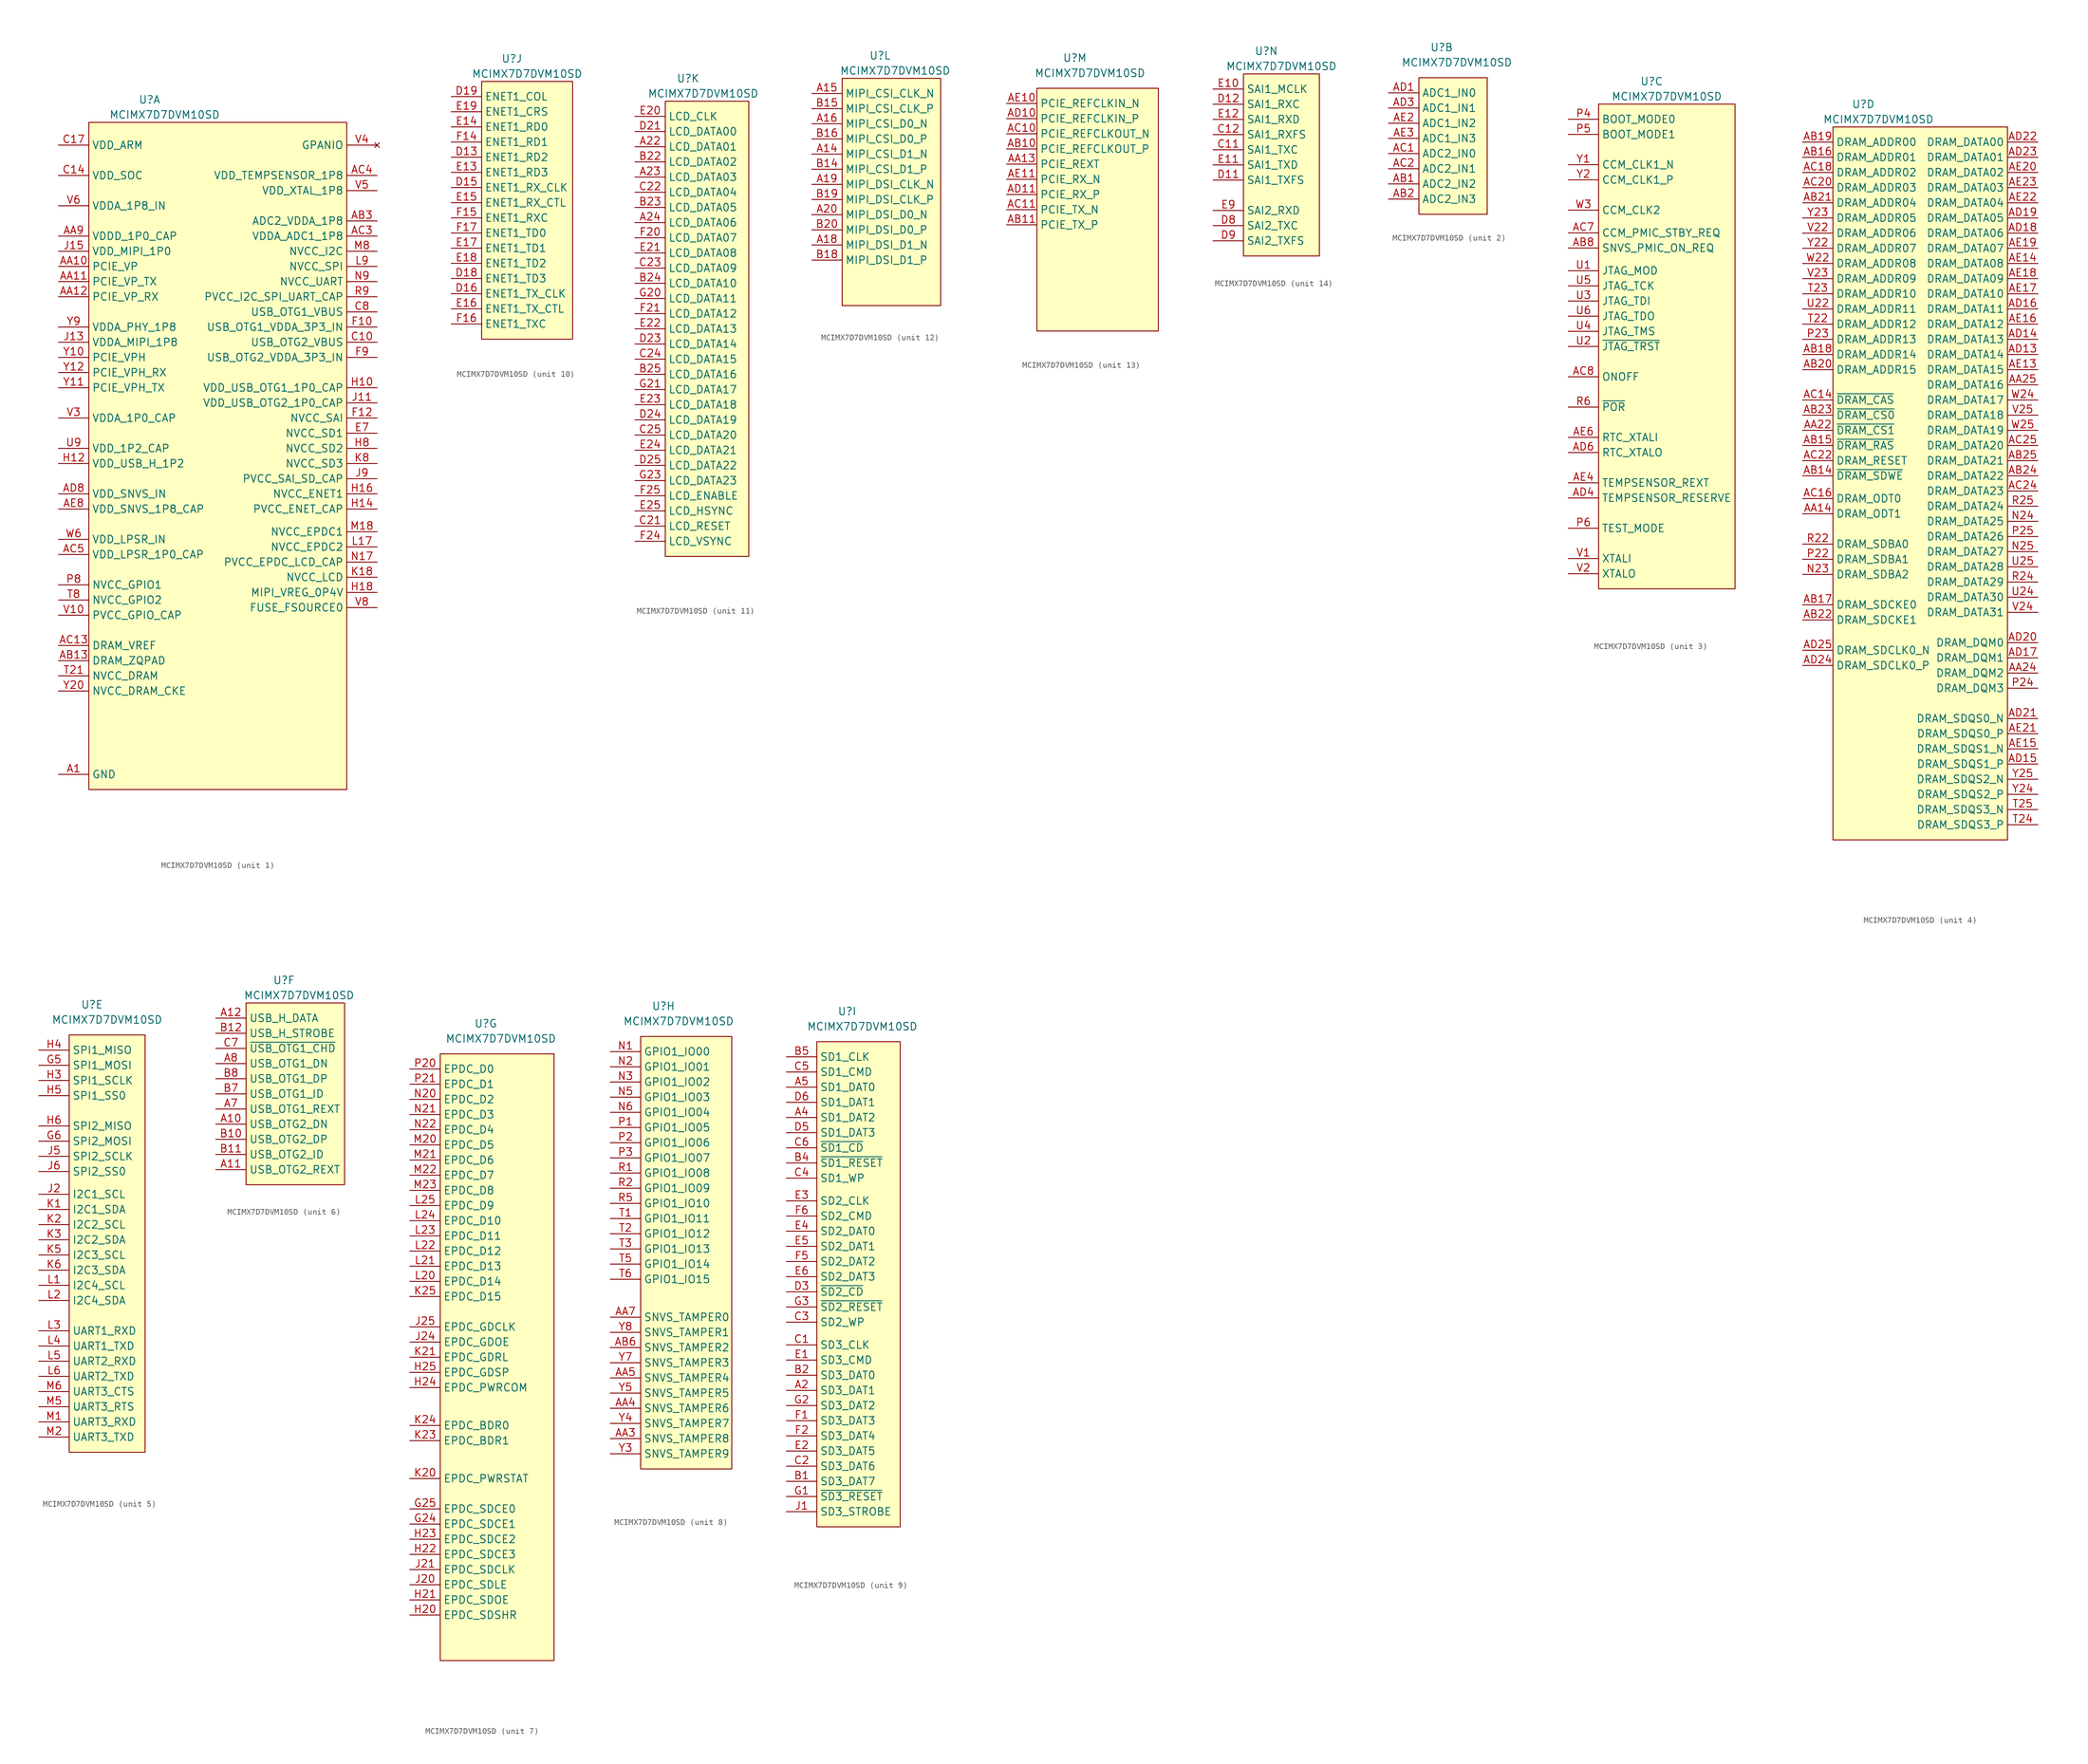
<source format=kicad_sym>
(kicad_symbol_lib
  (version 20220914)
  (generator kicad_symbol_editor)
  (symbol "MCIMX7D7DVM10SD"
    (property "Reference" "U"
      (at 0 1.27 0)
      (effects (font (size 1.27 1.27))))
    (property "Value" "MCIMX7D7DVM10SD"
      (at 2.54 -1.27 0)
      (effects (font (size 1.27 1.27))))
    (property "ki_locked" ""
      (at 0 0 0)
      (effects (font (size 1.27 1.27))))
    (symbol "MCIMX7D7DVM10SD_1_1"
      (rectangle (start -10.16 -2.54) (end 33.02 -114.3) (stroke (width 0.152) (type default)) (fill (type background)))
      (pin power_in line (at -15.24 -111.76 0) (length 5.08) (name "GND" (effects (font (size 1.27 1.27)))) (number "A1" (effects (font (size 1.27 1.27)))))
      (pin power_in line (at -15.24 -111.76 0) (length 5.08) hide (name "GND" (effects (font (size 1.27 1.27)))) (number "A13" (effects (font (size 1.27 1.27)))))
      (pin power_in line (at -15.24 -111.76 0) (length 5.08) hide (name "GND" (effects (font (size 1.27 1.27)))) (number "A17" (effects (font (size 1.27 1.27)))))
      (pin power_in line (at -15.24 -111.76 0) (length 5.08) hide (name "GND" (effects (font (size 1.27 1.27)))) (number "A21" (effects (font (size 1.27 1.27)))))
      (pin power_in line (at -15.24 -111.76 0) (length 5.08) hide (name "GND" (effects (font (size 1.27 1.27)))) (number "A25" (effects (font (size 1.27 1.27)))))
      (pin power_in line (at -15.24 -111.76 0) (length 5.08) hide (name "GND" (effects (font (size 1.27 1.27)))) (number "A3" (effects (font (size 1.27 1.27)))))
      (pin power_in line (at -15.24 -111.76 0) (length 5.08) hide (name "GND" (effects (font (size 1.27 1.27)))) (number "A6" (effects (font (size 1.27 1.27)))))
      (pin power_in line (at -15.24 -111.76 0) (length 5.08) hide (name "GND" (effects (font (size 1.27 1.27)))) (number "A9" (effects (font (size 1.27 1.27)))))
      (pin power_in line (at -15.24 -111.76 0) (length 5.08) hide (name "GND" (effects (font (size 1.27 1.27)))) (number "AA1" (effects (font (size 1.27 1.27)))))
      (pin passive line (at -15.24 -26.67 0) (length 5.08) (name "PCIE_VP" (effects (font (size 1.27 1.27)))) (number "AA10" (effects (font (size 1.27 1.27)))))
      (pin passive line (at -15.24 -29.21 0) (length 5.08) (name "PCIE_VP_TX" (effects (font (size 1.27 1.27)))) (number "AA11" (effects (font (size 1.27 1.27)))))
      (pin passive line (at -15.24 -31.75 0) (length 5.08) (name "PCIE_VP_RX" (effects (font (size 1.27 1.27)))) (number "AA12" (effects (font (size 1.27 1.27)))))
      (pin power_in line (at -15.24 -111.76 0) (length 5.08) hide (name "GND" (effects (font (size 1.27 1.27)))) (number "AA15" (effects (font (size 1.27 1.27)))))
      (pin power_in line (at -15.24 -95.25 0) (length 5.08) hide (name "NVCC_DRAM" (effects (font (size 1.27 1.27)))) (number "AA16" (effects (font (size 1.27 1.27)))))
      (pin power_in line (at -15.24 -95.25 0) (length 5.08) hide (name "NVCC_DRAM" (effects (font (size 1.27 1.27)))) (number "AA17" (effects (font (size 1.27 1.27)))))
      (pin power_in line (at -15.24 -95.25 0) (length 5.08) hide (name "NVCC_DRAM" (effects (font (size 1.27 1.27)))) (number "AA18" (effects (font (size 1.27 1.27)))))
      (pin power_in line (at -15.24 -95.25 0) (length 5.08) hide (name "NVCC_DRAM" (effects (font (size 1.27 1.27)))) (number "AA19" (effects (font (size 1.27 1.27)))))
      (pin power_in line (at -15.24 -111.76 0) (length 5.08) hide (name "GND" (effects (font (size 1.27 1.27)))) (number "AA2" (effects (font (size 1.27 1.27)))))
      (pin power_in line (at -15.24 -95.25 0) (length 5.08) hide (name "NVCC_DRAM" (effects (font (size 1.27 1.27)))) (number "AA20" (effects (font (size 1.27 1.27)))))
      (pin power_in line (at -15.24 -95.25 0) (length 5.08) hide (name "NVCC_DRAM" (effects (font (size 1.27 1.27)))) (number "AA21" (effects (font (size 1.27 1.27)))))
      (pin power_in line (at -15.24 -111.76 0) (length 5.08) hide (name "GND" (effects (font (size 1.27 1.27)))) (number "AA23" (effects (font (size 1.27 1.27)))))
      (pin power_in line (at -15.24 -111.76 0) (length 5.08) hide (name "GND" (effects (font (size 1.27 1.27)))) (number "AA6" (effects (font (size 1.27 1.27)))))
      (pin power_in line (at -15.24 -111.76 0) (length 5.08) hide (name "GND" (effects (font (size 1.27 1.27)))) (number "AA8" (effects (font (size 1.27 1.27)))))
      (pin power_in line (at -15.24 -21.59 0) (length 5.08) (name "VDDD_1P0_CAP" (effects (font (size 1.27 1.27)))) (number "AA9" (effects (font (size 1.27 1.27)))))
      (pin power_in line (at -15.24 -111.76 0) (length 5.08) hide (name "GND" (effects (font (size 1.27 1.27)))) (number "AB12" (effects (font (size 1.27 1.27)))))
      (pin power_in line (at -15.24 -92.71 0) (length 5.08) (name "DRAM_ZQPAD" (effects (font (size 1.27 1.27)))) (number "AB13" (effects (font (size 1.27 1.27)))))
      (pin power_in line (at 38.1 -19.05 180) (length 5.08) (name "ADC2_VDDA_1P8" (effects (font (size 1.27 1.27)))) (number "AB3" (effects (font (size 1.27 1.27)))))
      (pin power_in line (at -15.24 -111.76 0) (length 5.08) hide (name "GND" (effects (font (size 1.27 1.27)))) (number "AB4" (effects (font (size 1.27 1.27)))))
      (pin power_in line (at -15.24 -111.76 0) (length 5.08) hide (name "GND" (effects (font (size 1.27 1.27)))) (number "AB5" (effects (font (size 1.27 1.27)))))
      (pin power_in line (at -15.24 -111.76 0) (length 5.08) hide (name "GND" (effects (font (size 1.27 1.27)))) (number "AB7" (effects (font (size 1.27 1.27)))))
      (pin power_in line (at -15.24 -111.76 0) (length 5.08) hide (name "GND" (effects (font (size 1.27 1.27)))) (number "AB9" (effects (font (size 1.27 1.27)))))
      (pin power_in line (at -15.24 -111.76 0) (length 5.08) hide (name "GND" (effects (font (size 1.27 1.27)))) (number "AC12" (effects (font (size 1.27 1.27)))))
      (pin power_in line (at -15.24 -90.17 0) (length 5.08) (name "DRAM_VREF" (effects (font (size 1.27 1.27)))) (number "AC13" (effects (font (size 1.27 1.27)))))
      (pin power_in line (at -15.24 -111.76 0) (length 5.08) hide (name "GND" (effects (font (size 1.27 1.27)))) (number "AC15" (effects (font (size 1.27 1.27)))))
      (pin power_in line (at -15.24 -111.76 0) (length 5.08) hide (name "GND" (effects (font (size 1.27 1.27)))) (number "AC17" (effects (font (size 1.27 1.27)))))
      (pin power_in line (at -15.24 -111.76 0) (length 5.08) hide (name "GND" (effects (font (size 1.27 1.27)))) (number "AC19" (effects (font (size 1.27 1.27)))))
      (pin power_in line (at -15.24 -111.76 0) (length 5.08) hide (name "GND" (effects (font (size 1.27 1.27)))) (number "AC21" (effects (font (size 1.27 1.27)))))
      (pin power_in line (at -15.24 -111.76 0) (length 5.08) hide (name "GND" (effects (font (size 1.27 1.27)))) (number "AC23" (effects (font (size 1.27 1.27)))))
      (pin power_in line (at 38.1 -21.59 180) (length 5.08) (name "VDDA_ADC1_1P8" (effects (font (size 1.27 1.27)))) (number "AC3" (effects (font (size 1.27 1.27)))))
      (pin power_in line (at 38.1 -11.43 180) (length 5.08) (name "VDD_TEMPSENSOR_1P8" (effects (font (size 1.27 1.27)))) (number "AC4" (effects (font (size 1.27 1.27)))))
      (pin power_in line (at -15.24 -74.93 0) (length 5.08) (name "VDD_LPSR_1P0_CAP" (effects (font (size 1.27 1.27)))) (number "AC5" (effects (font (size 1.27 1.27)))))
      (pin power_in line (at -15.24 -111.76 0) (length 5.08) hide (name "GND" (effects (font (size 1.27 1.27)))) (number "AC6" (effects (font (size 1.27 1.27)))))
      (pin power_in line (at -15.24 -111.76 0) (length 5.08) hide (name "GND" (effects (font (size 1.27 1.27)))) (number "AC9" (effects (font (size 1.27 1.27)))))
      (pin power_in line (at -15.24 -111.76 0) (length 5.08) hide (name "GND" (effects (font (size 1.27 1.27)))) (number "AD12" (effects (font (size 1.27 1.27)))))
      (pin power_in line (at -15.24 -111.76 0) (length 5.08) hide (name "GND" (effects (font (size 1.27 1.27)))) (number "AD2" (effects (font (size 1.27 1.27)))))
      (pin power_in line (at -15.24 -111.76 0) (length 5.08) hide (name "GND" (effects (font (size 1.27 1.27)))) (number "AD5" (effects (font (size 1.27 1.27)))))
      (pin power_in line (at -15.24 -111.76 0) (length 5.08) hide (name "GND" (effects (font (size 1.27 1.27)))) (number "AD7" (effects (font (size 1.27 1.27)))))
      (pin power_in line (at -15.24 -64.77 0) (length 5.08) (name "VDD_SNVS_IN" (effects (font (size 1.27 1.27)))) (number "AD8" (effects (font (size 1.27 1.27)))))
      (pin power_in line (at -15.24 -111.76 0) (length 5.08) hide (name "GND" (effects (font (size 1.27 1.27)))) (number "AD9" (effects (font (size 1.27 1.27)))))
      (pin power_in line (at -15.24 -111.76 0) (length 5.08) hide (name "GND" (effects (font (size 1.27 1.27)))) (number "AE1" (effects (font (size 1.27 1.27)))))
      (pin power_in line (at -15.24 -111.76 0) (length 5.08) hide (name "GND" (effects (font (size 1.27 1.27)))) (number "AE12" (effects (font (size 1.27 1.27)))))
      (pin power_in line (at -15.24 -111.76 0) (length 5.08) hide (name "GND" (effects (font (size 1.27 1.27)))) (number "AE24" (effects (font (size 1.27 1.27)))))
      (pin power_in line (at -15.24 -111.76 0) (length 5.08) hide (name "GND" (effects (font (size 1.27 1.27)))) (number "AE25" (effects (font (size 1.27 1.27)))))
      (pin power_in line (at -15.24 -111.76 0) (length 5.08) hide (name "GND" (effects (font (size 1.27 1.27)))) (number "AE5" (effects (font (size 1.27 1.27)))))
      (pin power_in line (at -15.24 -111.76 0) (length 5.08) hide (name "GND" (effects (font (size 1.27 1.27)))) (number "AE7" (effects (font (size 1.27 1.27)))))
      (pin power_in line (at -15.24 -67.31 0) (length 5.08) (name "VDD_SNVS_1P8_CAP" (effects (font (size 1.27 1.27)))) (number "AE8" (effects (font (size 1.27 1.27)))))
      (pin power_in line (at -15.24 -111.76 0) (length 5.08) hide (name "GND" (effects (font (size 1.27 1.27)))) (number "AE9" (effects (font (size 1.27 1.27)))))
      (pin power_in line (at -15.24 -111.76 0) (length 5.08) hide (name "GND" (effects (font (size 1.27 1.27)))) (number "B13" (effects (font (size 1.27 1.27)))))
      (pin power_in line (at -15.24 -111.76 0) (length 5.08) hide (name "GND" (effects (font (size 1.27 1.27)))) (number "B17" (effects (font (size 1.27 1.27)))))
      (pin power_in line (at -15.24 -111.76 0) (length 5.08) hide (name "GND" (effects (font (size 1.27 1.27)))) (number "B21" (effects (font (size 1.27 1.27)))))
      (pin power_in line (at -15.24 -111.76 0) (length 5.08) hide (name "GND" (effects (font (size 1.27 1.27)))) (number "B3" (effects (font (size 1.27 1.27)))))
      (pin power_in line (at -15.24 -111.76 0) (length 5.08) hide (name "GND" (effects (font (size 1.27 1.27)))) (number "B6" (effects (font (size 1.27 1.27)))))
      (pin power_in line (at -15.24 -111.76 0) (length 5.08) hide (name "GND" (effects (font (size 1.27 1.27)))) (number "B9" (effects (font (size 1.27 1.27)))))
      (pin power_in line (at 38.1 -39.37 180) (length 5.08) (name "USB_OTG2_VBUS" (effects (font (size 1.27 1.27)))) (number "C10" (effects (font (size 1.27 1.27)))))
      (pin power_in line (at -15.24 -111.76 0) (length 5.08) hide (name "GND" (effects (font (size 1.27 1.27)))) (number "C13" (effects (font (size 1.27 1.27)))))
      (pin power_in line (at -15.24 -11.43 0) (length 5.08) (name "VDD_SOC" (effects (font (size 1.27 1.27)))) (number "C14" (effects (font (size 1.27 1.27)))))
      (pin power_in line (at -15.24 -111.76 0) (length 5.08) hide (name "GND" (effects (font (size 1.27 1.27)))) (number "C15" (effects (font (size 1.27 1.27)))))
      (pin power_in line (at -15.24 -111.76 0) (length 5.08) hide (name "GND" (effects (font (size 1.27 1.27)))) (number "C16" (effects (font (size 1.27 1.27)))))
      (pin power_in line (at -15.24 -6.35 0) (length 5.08) (name "VDD_ARM" (effects (font (size 1.27 1.27)))) (number "C17" (effects (font (size 1.27 1.27)))))
      (pin power_in line (at -15.24 -111.76 0) (length 5.08) hide (name "GND" (effects (font (size 1.27 1.27)))) (number "C18" (effects (font (size 1.27 1.27)))))
      (pin power_in line (at -15.24 -111.76 0) (length 5.08) hide (name "GND" (effects (font (size 1.27 1.27)))) (number "C19" (effects (font (size 1.27 1.27)))))
      (pin power_in line (at -15.24 -6.35 0) (length 5.08) hide (name "VDD_ARM" (effects (font (size 1.27 1.27)))) (number "C20" (effects (font (size 1.27 1.27)))))
      (pin power_in line (at 38.1 -34.29 180) (length 5.08) (name "USB_OTG1_VBUS" (effects (font (size 1.27 1.27)))) (number "C8" (effects (font (size 1.27 1.27)))))
      (pin power_in line (at -15.24 -111.76 0) (length 5.08) hide (name "GND" (effects (font (size 1.27 1.27)))) (number "C9" (effects (font (size 1.27 1.27)))))
      (pin power_in line (at -15.24 -111.76 0) (length 5.08) hide (name "GND" (effects (font (size 1.27 1.27)))) (number "D1" (effects (font (size 1.27 1.27)))))
      (pin power_in line (at -15.24 -111.76 0) (length 5.08) hide (name "GND" (effects (font (size 1.27 1.27)))) (number "D10" (effects (font (size 1.27 1.27)))))
      (pin power_in line (at -15.24 -11.43 0) (length 5.08) hide (name "VDD_SOC" (effects (font (size 1.27 1.27)))) (number "D14" (effects (font (size 1.27 1.27)))))
      (pin power_in line (at -15.24 -6.35 0) (length 5.08) hide (name "VDD_ARM" (effects (font (size 1.27 1.27)))) (number "D17" (effects (font (size 1.27 1.27)))))
      (pin power_in line (at -15.24 -111.76 0) (length 5.08) hide (name "GND" (effects (font (size 1.27 1.27)))) (number "D2" (effects (font (size 1.27 1.27)))))
      (pin power_in line (at -15.24 -6.35 0) (length 5.08) hide (name "VDD_ARM" (effects (font (size 1.27 1.27)))) (number "D20" (effects (font (size 1.27 1.27)))))
      (pin power_in line (at -15.24 -111.76 0) (length 5.08) hide (name "GND" (effects (font (size 1.27 1.27)))) (number "D22" (effects (font (size 1.27 1.27)))))
      (pin power_in line (at -15.24 -111.76 0) (length 5.08) hide (name "GND" (effects (font (size 1.27 1.27)))) (number "D4" (effects (font (size 1.27 1.27)))))
      (pin power_in line (at -15.24 -111.76 0) (length 5.08) hide (name "GND" (effects (font (size 1.27 1.27)))) (number "D7" (effects (font (size 1.27 1.27)))))
      (pin power_in line (at 38.1 -54.61 180) (length 5.08) (name "NVCC_SD1" (effects (font (size 1.27 1.27)))) (number "E7" (effects (font (size 1.27 1.27)))))
      (pin power_in line (at 38.1 -36.83 180) (length 5.08) (name "USB_OTG1_VDDA_3P3_IN" (effects (font (size 1.27 1.27)))) (number "F10" (effects (font (size 1.27 1.27)))))
      (pin power_in line (at -15.24 -111.76 0) (length 5.08) hide (name "GND" (effects (font (size 1.27 1.27)))) (number "F11" (effects (font (size 1.27 1.27)))))
      (pin power_in line (at 38.1 -52.07 180) (length 5.08) (name "NVCC_SAI" (effects (font (size 1.27 1.27)))) (number "F12" (effects (font (size 1.27 1.27)))))
      (pin power_in line (at -15.24 -111.76 0) (length 5.08) hide (name "GND" (effects (font (size 1.27 1.27)))) (number "F13" (effects (font (size 1.27 1.27)))))
      (pin power_in line (at -15.24 -11.43 0) (length 5.08) hide (name "VDD_SOC" (effects (font (size 1.27 1.27)))) (number "F18" (effects (font (size 1.27 1.27)))))
      (pin power_in line (at -15.24 -11.43 0) (length 5.08) hide (name "VDD_SOC" (effects (font (size 1.27 1.27)))) (number "F19" (effects (font (size 1.27 1.27)))))
      (pin power_in line (at -15.24 -6.35 0) (length 5.08) hide (name "VDD_ARM" (effects (font (size 1.27 1.27)))) (number "F22" (effects (font (size 1.27 1.27)))))
      (pin power_in line (at -15.24 -6.35 0) (length 5.08) hide (name "VDD_ARM" (effects (font (size 1.27 1.27)))) (number "F23" (effects (font (size 1.27 1.27)))))
      (pin power_in line (at -15.24 -11.43 0) (length 5.08) hide (name "VDD_SOC" (effects (font (size 1.27 1.27)))) (number "F3" (effects (font (size 1.27 1.27)))))
      (pin power_in line (at -15.24 -11.43 0) (length 5.08) hide (name "VDD_SOC" (effects (font (size 1.27 1.27)))) (number "F4" (effects (font (size 1.27 1.27)))))
      (pin power_in line (at -15.24 -111.76 0) (length 5.08) hide (name "GND" (effects (font (size 1.27 1.27)))) (number "F7" (effects (font (size 1.27 1.27)))))
      (pin power_in line (at -15.24 -111.76 0) (length 5.08) hide (name "GND" (effects (font (size 1.27 1.27)))) (number "F8" (effects (font (size 1.27 1.27)))))
      (pin power_in line (at 38.1 -41.91 180) (length 5.08) (name "USB_OTG2_VDDA_3P3_IN" (effects (font (size 1.27 1.27)))) (number "F9" (effects (font (size 1.27 1.27)))))
      (pin power_in line (at -15.24 -111.76 0) (length 5.08) hide (name "GND" (effects (font (size 1.27 1.27)))) (number "G11" (effects (font (size 1.27 1.27)))))
      (pin power_in line (at -15.24 -111.76 0) (length 5.08) hide (name "GND" (effects (font (size 1.27 1.27)))) (number "G13" (effects (font (size 1.27 1.27)))))
      (pin power_in line (at -15.24 -111.76 0) (length 5.08) hide (name "GND" (effects (font (size 1.27 1.27)))) (number "G15" (effects (font (size 1.27 1.27)))))
      (pin power_in line (at -15.24 -111.76 0) (length 5.08) hide (name "GND" (effects (font (size 1.27 1.27)))) (number "G17" (effects (font (size 1.27 1.27)))))
      (pin power_in line (at -15.24 -111.76 0) (length 5.08) hide (name "GND" (effects (font (size 1.27 1.27)))) (number "G19" (effects (font (size 1.27 1.27)))))
      (pin power_in line (at -15.24 -111.76 0) (length 5.08) hide (name "GND" (effects (font (size 1.27 1.27)))) (number "G22" (effects (font (size 1.27 1.27)))))
      (pin power_in line (at -15.24 -111.76 0) (length 5.08) hide (name "GND" (effects (font (size 1.27 1.27)))) (number "G4" (effects (font (size 1.27 1.27)))))
      (pin power_in line (at -15.24 -111.76 0) (length 5.08) hide (name "GND" (effects (font (size 1.27 1.27)))) (number "G7" (effects (font (size 1.27 1.27)))))
      (pin power_in line (at -15.24 -111.76 0) (length 5.08) hide (name "GND" (effects (font (size 1.27 1.27)))) (number "G9" (effects (font (size 1.27 1.27)))))
      (pin power_in line (at -15.24 -111.76 0) (length 5.08) hide (name "GND" (effects (font (size 1.27 1.27)))) (number "H1" (effects (font (size 1.27 1.27)))))
      (pin power_in line (at 38.1 -46.99 180) (length 5.08) (name "VDD_USB_OTG1_1P0_CAP" (effects (font (size 1.27 1.27)))) (number "H10" (effects (font (size 1.27 1.27)))))
      (pin power_in line (at -15.24 -59.69 0) (length 5.08) (name "VDD_USB_H_1P2" (effects (font (size 1.27 1.27)))) (number "H12" (effects (font (size 1.27 1.27)))))
      (pin power_in line (at 38.1 -67.31 180) (length 5.08) (name "PVCC_ENET_CAP" (effects (font (size 1.27 1.27)))) (number "H14" (effects (font (size 1.27 1.27)))))
      (pin power_in line (at 38.1 -64.77 180) (length 5.08) (name "NVCC_ENET1" (effects (font (size 1.27 1.27)))) (number "H16" (effects (font (size 1.27 1.27)))))
      (pin power_in line (at 38.1 -81.28 180) (length 5.08) (name "MIPI_VREG_0P4V" (effects (font (size 1.27 1.27)))) (number "H18" (effects (font (size 1.27 1.27)))))
      (pin power_in line (at -15.24 -111.76 0) (length 5.08) hide (name "GND" (effects (font (size 1.27 1.27)))) (number "H2" (effects (font (size 1.27 1.27)))))
      (pin power_in line (at 38.1 -57.15 180) (length 5.08) (name "NVCC_SD2" (effects (font (size 1.27 1.27)))) (number "H8" (effects (font (size 1.27 1.27)))))
      (pin power_in line (at 38.1 -49.53 180) (length 5.08) (name "VDD_USB_OTG2_1P0_CAP" (effects (font (size 1.27 1.27)))) (number "J11" (effects (font (size 1.27 1.27)))))
      (pin passive line (at -15.24 -39.37 0) (length 5.08) (name "VDDA_MIPI_1P8" (effects (font (size 1.27 1.27)))) (number "J13" (effects (font (size 1.27 1.27)))))
      (pin passive line (at -15.24 -24.13 0) (length 5.08) (name "VDD_MIPI_1P0" (effects (font (size 1.27 1.27)))) (number "J15" (effects (font (size 1.27 1.27)))))
      (pin passive line (at -15.24 -24.13 0) (length 5.08) hide (name "VDD_MIPI_1P0" (effects (font (size 1.27 1.27)))) (number "J17" (effects (font (size 1.27 1.27)))))
      (pin power_in line (at -15.24 -111.76 0) (length 5.08) hide (name "GND" (effects (font (size 1.27 1.27)))) (number "J19" (effects (font (size 1.27 1.27)))))
      (pin power_in line (at -15.24 -6.35 0) (length 5.08) hide (name "VDD_ARM" (effects (font (size 1.27 1.27)))) (number "J22" (effects (font (size 1.27 1.27)))))
      (pin power_in line (at -15.24 -6.35 0) (length 5.08) hide (name "VDD_ARM" (effects (font (size 1.27 1.27)))) (number "J23" (effects (font (size 1.27 1.27)))))
      (pin power_in line (at -15.24 -11.43 0) (length 5.08) hide (name "VDD_SOC" (effects (font (size 1.27 1.27)))) (number "J3" (effects (font (size 1.27 1.27)))))
      (pin power_in line (at -15.24 -11.43 0) (length 5.08) hide (name "VDD_SOC" (effects (font (size 1.27 1.27)))) (number "J4" (effects (font (size 1.27 1.27)))))
      (pin power_in line (at -15.24 -111.76 0) (length 5.08) hide (name "GND" (effects (font (size 1.27 1.27)))) (number "J7" (effects (font (size 1.27 1.27)))))
      (pin power_in line (at 38.1 -62.23 180) (length 5.08) (name "PVCC_SAI_SD_CAP" (effects (font (size 1.27 1.27)))) (number "J9" (effects (font (size 1.27 1.27)))))
      (pin power_in line (at -15.24 -111.76 0) (length 5.08) hide (name "GND" (effects (font (size 1.27 1.27)))) (number "K10" (effects (font (size 1.27 1.27)))))
      (pin power_in line (at -15.24 -111.76 0) (length 5.08) hide (name "GND" (effects (font (size 1.27 1.27)))) (number "K12" (effects (font (size 1.27 1.27)))))
      (pin power_in line (at -15.24 -111.76 0) (length 5.08) hide (name "GND" (effects (font (size 1.27 1.27)))) (number "K14" (effects (font (size 1.27 1.27)))))
      (pin power_in line (at -15.24 -111.76 0) (length 5.08) hide (name "GND" (effects (font (size 1.27 1.27)))) (number "K16" (effects (font (size 1.27 1.27)))))
      (pin power_in line (at 38.1 -78.74 180) (length 5.08) (name "NVCC_LCD" (effects (font (size 1.27 1.27)))) (number "K18" (effects (font (size 1.27 1.27)))))
      (pin power_in line (at -15.24 -111.76 0) (length 5.08) hide (name "GND" (effects (font (size 1.27 1.27)))) (number "K22" (effects (font (size 1.27 1.27)))))
      (pin power_in line (at -15.24 -111.76 0) (length 5.08) hide (name "GND" (effects (font (size 1.27 1.27)))) (number "K4" (effects (font (size 1.27 1.27)))))
      (pin power_in line (at 38.1 -59.69 180) (length 5.08) (name "NVCC_SD3" (effects (font (size 1.27 1.27)))) (number "K8" (effects (font (size 1.27 1.27)))))
      (pin power_in line (at -15.24 -111.76 0) (length 5.08) hide (name "GND" (effects (font (size 1.27 1.27)))) (number "L11" (effects (font (size 1.27 1.27)))))
      (pin power_in line (at -15.24 -111.76 0) (length 5.08) hide (name "GND" (effects (font (size 1.27 1.27)))) (number "L13" (effects (font (size 1.27 1.27)))))
      (pin power_in line (at -15.24 -111.76 0) (length 5.08) hide (name "GND" (effects (font (size 1.27 1.27)))) (number "L15" (effects (font (size 1.27 1.27)))))
      (pin power_in line (at 38.1 -73.66 180) (length 5.08) (name "NVCC_EPDC2" (effects (font (size 1.27 1.27)))) (number "L17" (effects (font (size 1.27 1.27)))))
      (pin power_in line (at -15.24 -111.76 0) (length 5.08) hide (name "GND" (effects (font (size 1.27 1.27)))) (number "L19" (effects (font (size 1.27 1.27)))))
      (pin power_in line (at -15.24 -111.76 0) (length 5.08) hide (name "GND" (effects (font (size 1.27 1.27)))) (number "L7" (effects (font (size 1.27 1.27)))))
      (pin power_in line (at 38.1 -26.67 180) (length 5.08) (name "NVCC_SPI" (effects (font (size 1.27 1.27)))) (number "L9" (effects (font (size 1.27 1.27)))))
      (pin power_in line (at -15.24 -111.76 0) (length 5.08) hide (name "GND" (effects (font (size 1.27 1.27)))) (number "M10" (effects (font (size 1.27 1.27)))))
      (pin power_in line (at -15.24 -111.76 0) (length 5.08) hide (name "GND" (effects (font (size 1.27 1.27)))) (number "M12" (effects (font (size 1.27 1.27)))))
      (pin power_in line (at -15.24 -111.76 0) (length 5.08) hide (name "GND" (effects (font (size 1.27 1.27)))) (number "M14" (effects (font (size 1.27 1.27)))))
      (pin power_in line (at -15.24 -111.76 0) (length 5.08) hide (name "GND" (effects (font (size 1.27 1.27)))) (number "M16" (effects (font (size 1.27 1.27)))))
      (pin power_in line (at 38.1 -71.12 180) (length 5.08) (name "NVCC_EPDC1" (effects (font (size 1.27 1.27)))) (number "M18" (effects (font (size 1.27 1.27)))))
      (pin power_in line (at -15.24 -111.76 0) (length 5.08) hide (name "GND" (effects (font (size 1.27 1.27)))) (number "M24" (effects (font (size 1.27 1.27)))))
      (pin power_in line (at -15.24 -111.76 0) (length 5.08) hide (name "GND" (effects (font (size 1.27 1.27)))) (number "M25" (effects (font (size 1.27 1.27)))))
      (pin power_in line (at -15.24 -11.43 0) (length 5.08) hide (name "VDD_SOC" (effects (font (size 1.27 1.27)))) (number "M3" (effects (font (size 1.27 1.27)))))
      (pin power_in line (at -15.24 -11.43 0) (length 5.08) hide (name "VDD_SOC" (effects (font (size 1.27 1.27)))) (number "M4" (effects (font (size 1.27 1.27)))))
      (pin power_in line (at 38.1 -24.13 180) (length 5.08) (name "NVCC_I2C" (effects (font (size 1.27 1.27)))) (number "M8" (effects (font (size 1.27 1.27)))))
      (pin power_in line (at -15.24 -111.76 0) (length 5.08) hide (name "GND" (effects (font (size 1.27 1.27)))) (number "N11" (effects (font (size 1.27 1.27)))))
      (pin power_in line (at -15.24 -111.76 0) (length 5.08) hide (name "GND" (effects (font (size 1.27 1.27)))) (number "N13" (effects (font (size 1.27 1.27)))))
      (pin power_in line (at -15.24 -111.76 0) (length 5.08) hide (name "GND" (effects (font (size 1.27 1.27)))) (number "N15" (effects (font (size 1.27 1.27)))))
      (pin power_in line (at 38.1 -76.2 180) (length 5.08) (name "PVCC_EPDC_LCD_CAP" (effects (font (size 1.27 1.27)))) (number "N17" (effects (font (size 1.27 1.27)))))
      (pin power_in line (at -15.24 -111.76 0) (length 5.08) hide (name "GND" (effects (font (size 1.27 1.27)))) (number "N19" (effects (font (size 1.27 1.27)))))
      (pin power_in line (at -15.24 -111.76 0) (length 5.08) hide (name "GND" (effects (font (size 1.27 1.27)))) (number "N4" (effects (font (size 1.27 1.27)))))
      (pin power_in line (at -15.24 -111.76 0) (length 5.08) hide (name "GND" (effects (font (size 1.27 1.27)))) (number "N7" (effects (font (size 1.27 1.27)))))
      (pin power_in line (at 38.1 -29.21 180) (length 5.08) (name "NVCC_UART" (effects (font (size 1.27 1.27)))) (number "N9" (effects (font (size 1.27 1.27)))))
      (pin power_in line (at -15.24 -111.76 0) (length 5.08) hide (name "GND" (effects (font (size 1.27 1.27)))) (number "P10" (effects (font (size 1.27 1.27)))))
      (pin power_in line (at -15.24 -111.76 0) (length 5.08) hide (name "GND" (effects (font (size 1.27 1.27)))) (number "P12" (effects (font (size 1.27 1.27)))))
      (pin power_in line (at -15.24 -111.76 0) (length 5.08) hide (name "GND" (effects (font (size 1.27 1.27)))) (number "P14" (effects (font (size 1.27 1.27)))))
      (pin power_in line (at -15.24 -111.76 0) (length 5.08) hide (name "GND" (effects (font (size 1.27 1.27)))) (number "P16" (effects (font (size 1.27 1.27)))))
      (pin power_in line (at -15.24 -11.43 0) (length 5.08) hide (name "VDD_SOC" (effects (font (size 1.27 1.27)))) (number "P18" (effects (font (size 1.27 1.27)))))
      (pin power_in line (at -15.24 -80.01 0) (length 5.08) (name "NVCC_GPIO1" (effects (font (size 1.27 1.27)))) (number "P8" (effects (font (size 1.27 1.27)))))
      (pin power_in line (at -15.24 -111.76 0) (length 5.08) hide (name "GND" (effects (font (size 1.27 1.27)))) (number "R11" (effects (font (size 1.27 1.27)))))
      (pin power_in line (at -15.24 -111.76 0) (length 5.08) hide (name "GND" (effects (font (size 1.27 1.27)))) (number "R13" (effects (font (size 1.27 1.27)))))
      (pin power_in line (at -15.24 -111.76 0) (length 5.08) hide (name "GND" (effects (font (size 1.27 1.27)))) (number "R15" (effects (font (size 1.27 1.27)))))
      (pin power_in line (at -15.24 -11.43 0) (length 5.08) hide (name "VDD_SOC" (effects (font (size 1.27 1.27)))) (number "R17" (effects (font (size 1.27 1.27)))))
      (pin power_in line (at -15.24 -111.76 0) (length 5.08) hide (name "GND" (effects (font (size 1.27 1.27)))) (number "R19" (effects (font (size 1.27 1.27)))))
      (pin power_in line (at -15.24 -111.76 0) (length 5.08) hide (name "GND" (effects (font (size 1.27 1.27)))) (number "R20" (effects (font (size 1.27 1.27)))))
      (pin power_in line (at -15.24 -111.76 0) (length 5.08) hide (name "GND" (effects (font (size 1.27 1.27)))) (number "R21" (effects (font (size 1.27 1.27)))))
      (pin power_in line (at -15.24 -111.76 0) (length 5.08) hide (name "GND" (effects (font (size 1.27 1.27)))) (number "R23" (effects (font (size 1.27 1.27)))))
      (pin power_in line (at -15.24 -11.43 0) (length 5.08) hide (name "VDD_SOC" (effects (font (size 1.27 1.27)))) (number "R3" (effects (font (size 1.27 1.27)))))
      (pin power_in line (at -15.24 -11.43 0) (length 5.08) hide (name "VDD_SOC" (effects (font (size 1.27 1.27)))) (number "R4" (effects (font (size 1.27 1.27)))))
      (pin power_in line (at -15.24 -111.76 0) (length 5.08) hide (name "GND" (effects (font (size 1.27 1.27)))) (number "R7" (effects (font (size 1.27 1.27)))))
      (pin power_in line (at 38.1 -31.75 180) (length 5.08) (name "PVCC_I2C_SPI_UART_CAP" (effects (font (size 1.27 1.27)))) (number "R9" (effects (font (size 1.27 1.27)))))
      (pin power_in line (at -15.24 -111.76 0) (length 5.08) hide (name "GND" (effects (font (size 1.27 1.27)))) (number "T10" (effects (font (size 1.27 1.27)))))
      (pin power_in line (at -15.24 -111.76 0) (length 5.08) hide (name "GND" (effects (font (size 1.27 1.27)))) (number "T12" (effects (font (size 1.27 1.27)))))
      (pin power_in line (at -15.24 -111.76 0) (length 5.08) hide (name "GND" (effects (font (size 1.27 1.27)))) (number "T14" (effects (font (size 1.27 1.27)))))
      (pin power_in line (at -15.24 -111.76 0) (length 5.08) hide (name "GND" (effects (font (size 1.27 1.27)))) (number "T16" (effects (font (size 1.27 1.27)))))
      (pin power_in line (at -15.24 -11.43 0) (length 5.08) hide (name "VDD_SOC" (effects (font (size 1.27 1.27)))) (number "T18" (effects (font (size 1.27 1.27)))))
      (pin power_in line (at -15.24 -111.76 0) (length 5.08) hide (name "GND" (effects (font (size 1.27 1.27)))) (number "T20" (effects (font (size 1.27 1.27)))))
      (pin power_in line (at -15.24 -95.25 0) (length 5.08) (name "NVCC_DRAM" (effects (font (size 1.27 1.27)))) (number "T21" (effects (font (size 1.27 1.27)))))
      (pin power_in line (at -15.24 -111.76 0) (length 5.08) hide (name "GND" (effects (font (size 1.27 1.27)))) (number "T4" (effects (font (size 1.27 1.27)))))
      (pin power_in line (at -15.24 -82.55 0) (length 5.08) (name "NVCC_GPIO2" (effects (font (size 1.27 1.27)))) (number "T8" (effects (font (size 1.27 1.27)))))
      (pin power_in line (at -15.24 -111.76 0) (length 5.08) hide (name "GND" (effects (font (size 1.27 1.27)))) (number "U11" (effects (font (size 1.27 1.27)))))
      (pin power_in line (at -15.24 -11.43 0) (length 5.08) hide (name "VDD_SOC" (effects (font (size 1.27 1.27)))) (number "U13" (effects (font (size 1.27 1.27)))))
      (pin power_in line (at -15.24 -11.43 0) (length 5.08) hide (name "VDD_SOC" (effects (font (size 1.27 1.27)))) (number "U15" (effects (font (size 1.27 1.27)))))
      (pin power_in line (at -15.24 -11.43 0) (length 5.08) hide (name "VDD_SOC" (effects (font (size 1.27 1.27)))) (number "U17" (effects (font (size 1.27 1.27)))))
      (pin power_in line (at -15.24 -111.76 0) (length 5.08) hide (name "GND" (effects (font (size 1.27 1.27)))) (number "U19" (effects (font (size 1.27 1.27)))))
      (pin power_in line (at -15.24 -111.76 0) (length 5.08) hide (name "GND" (effects (font (size 1.27 1.27)))) (number "U20" (effects (font (size 1.27 1.27)))))
      (pin power_in line (at -15.24 -95.25 0) (length 5.08) hide (name "NVCC_DRAM" (effects (font (size 1.27 1.27)))) (number "U21" (effects (font (size 1.27 1.27)))))
      (pin power_in line (at -15.24 -111.76 0) (length 5.08) hide (name "GND" (effects (font (size 1.27 1.27)))) (number "U23" (effects (font (size 1.27 1.27)))))
      (pin power_in line (at -15.24 -111.76 0) (length 5.08) hide (name "GND" (effects (font (size 1.27 1.27)))) (number "U7" (effects (font (size 1.27 1.27)))))
      (pin power_in line (at -15.24 -57.15 0) (length 5.08) (name "VDD_1P2_CAP" (effects (font (size 1.27 1.27)))) (number "U9" (effects (font (size 1.27 1.27)))))
      (pin power_in line (at -15.24 -85.09 0) (length 5.08) (name "PVCC_GPIO_CAP" (effects (font (size 1.27 1.27)))) (number "V10" (effects (font (size 1.27 1.27)))))
      (pin power_in line (at -15.24 -11.43 0) (length 5.08) hide (name "VDD_SOC" (effects (font (size 1.27 1.27)))) (number "V12" (effects (font (size 1.27 1.27)))))
      (pin power_in line (at -15.24 -11.43 0) (length 5.08) hide (name "VDD_SOC" (effects (font (size 1.27 1.27)))) (number "V14" (effects (font (size 1.27 1.27)))))
      (pin power_in line (at -15.24 -11.43 0) (length 5.08) hide (name "VDD_SOC" (effects (font (size 1.27 1.27)))) (number "V16" (effects (font (size 1.27 1.27)))))
      (pin power_in line (at -15.24 -11.43 0) (length 5.08) hide (name "VDD_SOC" (effects (font (size 1.27 1.27)))) (number "V18" (effects (font (size 1.27 1.27)))))
      (pin power_in line (at -15.24 -111.76 0) (length 5.08) hide (name "GND" (effects (font (size 1.27 1.27)))) (number "V20" (effects (font (size 1.27 1.27)))))
      (pin power_in line (at -15.24 -95.25 0) (length 5.08) hide (name "NVCC_DRAM" (effects (font (size 1.27 1.27)))) (number "V21" (effects (font (size 1.27 1.27)))))
      (pin power_in line (at -15.24 -52.07 0) (length 5.08) (name "VDDA_1P0_CAP" (effects (font (size 1.27 1.27)))) (number "V3" (effects (font (size 1.27 1.27)))))
      (pin no_connect line (at 38.1 -6.35 180) (length 5.08) (name "GPANIO" (effects (font (size 1.27 1.27)))) (number "V4" (effects (font (size 1.27 1.27)))))
      (pin power_in line (at 38.1 -13.97 180) (length 5.08) (name "VDD_XTAL_1P8" (effects (font (size 1.27 1.27)))) (number "V5" (effects (font (size 1.27 1.27)))))
      (pin power_in line (at -15.24 -16.51 0) (length 5.08) (name "VDDA_1P8_IN" (effects (font (size 1.27 1.27)))) (number "V6" (effects (font (size 1.27 1.27)))))
      (pin power_in line (at 38.1 -83.82 180) (length 5.08) (name "FUSE_FSOURCE0" (effects (font (size 1.27 1.27)))) (number "V8" (effects (font (size 1.27 1.27)))))
      (pin power_in line (at -15.24 -111.76 0) (length 5.08) hide (name "GND" (effects (font (size 1.27 1.27)))) (number "W1" (effects (font (size 1.27 1.27)))))
      (pin power_in line (at -15.24 -111.76 0) (length 5.08) hide (name "GND" (effects (font (size 1.27 1.27)))) (number "W11" (effects (font (size 1.27 1.27)))))
      (pin power_in line (at -15.24 -111.76 0) (length 5.08) hide (name "GND" (effects (font (size 1.27 1.27)))) (number "W13" (effects (font (size 1.27 1.27)))))
      (pin power_in line (at -15.24 -111.76 0) (length 5.08) hide (name "GND" (effects (font (size 1.27 1.27)))) (number "W15" (effects (font (size 1.27 1.27)))))
      (pin power_in line (at -15.24 -111.76 0) (length 5.08) hide (name "GND" (effects (font (size 1.27 1.27)))) (number "W17" (effects (font (size 1.27 1.27)))))
      (pin power_in line (at -15.24 -111.76 0) (length 5.08) hide (name "GND" (effects (font (size 1.27 1.27)))) (number "W19" (effects (font (size 1.27 1.27)))))
      (pin power_in line (at -15.24 -111.76 0) (length 5.08) hide (name "GND" (effects (font (size 1.27 1.27)))) (number "W2" (effects (font (size 1.27 1.27)))))
      (pin power_in line (at -15.24 -111.76 0) (length 5.08) hide (name "GND" (effects (font (size 1.27 1.27)))) (number "W20" (effects (font (size 1.27 1.27)))))
      (pin power_in line (at -15.24 -95.25 0) (length 5.08) hide (name "NVCC_DRAM" (effects (font (size 1.27 1.27)))) (number "W21" (effects (font (size 1.27 1.27)))))
      (pin power_in line (at -15.24 -111.76 0) (length 5.08) hide (name "GND" (effects (font (size 1.27 1.27)))) (number "W23" (effects (font (size 1.27 1.27)))))
      (pin power_in line (at -15.24 -111.76 0) (length 5.08) hide (name "GND" (effects (font (size 1.27 1.27)))) (number "W4" (effects (font (size 1.27 1.27)))))
      (pin power_in line (at -15.24 -16.51 0) (length 5.08) hide (name "VDDA_1P8_IN" (effects (font (size 1.27 1.27)))) (number "W5" (effects (font (size 1.27 1.27)))))
      (pin power_in line (at -15.24 -72.39 0) (length 5.08) (name "VDD_LPSR_IN" (effects (font (size 1.27 1.27)))) (number "W6" (effects (font (size 1.27 1.27)))))
      (pin power_in line (at -15.24 -111.76 0) (length 5.08) hide (name "GND" (effects (font (size 1.27 1.27)))) (number "W7" (effects (font (size 1.27 1.27)))))
      (pin power_in line (at -15.24 -111.76 0) (length 5.08) hide (name "GND" (effects (font (size 1.27 1.27)))) (number "W9" (effects (font (size 1.27 1.27)))))
      (pin passive line (at -15.24 -41.91 0) (length 5.08) (name "PCIE_VPH" (effects (font (size 1.27 1.27)))) (number "Y10" (effects (font (size 1.27 1.27)))))
      (pin passive line (at -15.24 -46.99 0) (length 5.08) (name "PCIE_VPH_TX" (effects (font (size 1.27 1.27)))) (number "Y11" (effects (font (size 1.27 1.27)))))
      (pin passive line (at -15.24 -44.45 0) (length 5.08) (name "PCIE_VPH_RX" (effects (font (size 1.27 1.27)))) (number "Y12" (effects (font (size 1.27 1.27)))))
      (pin power_in line (at -15.24 -111.76 0) (length 5.08) hide (name "GND" (effects (font (size 1.27 1.27)))) (number "Y13" (effects (font (size 1.27 1.27)))))
      (pin power_in line (at -15.24 -111.76 0) (length 5.08) hide (name "GND" (effects (font (size 1.27 1.27)))) (number "Y14" (effects (font (size 1.27 1.27)))))
      (pin power_in line (at -15.24 -111.76 0) (length 5.08) hide (name "GND" (effects (font (size 1.27 1.27)))) (number "Y15" (effects (font (size 1.27 1.27)))))
      (pin power_in line (at -15.24 -111.76 0) (length 5.08) hide (name "GND" (effects (font (size 1.27 1.27)))) (number "Y16" (effects (font (size 1.27 1.27)))))
      (pin power_in line (at -15.24 -111.76 0) (length 5.08) hide (name "GND" (effects (font (size 1.27 1.27)))) (number "Y17" (effects (font (size 1.27 1.27)))))
      (pin power_in line (at -15.24 -111.76 0) (length 5.08) hide (name "GND" (effects (font (size 1.27 1.27)))) (number "Y18" (effects (font (size 1.27 1.27)))))
      (pin power_in line (at -15.24 -111.76 0) (length 5.08) hide (name "GND" (effects (font (size 1.27 1.27)))) (number "Y19" (effects (font (size 1.27 1.27)))))
      (pin power_in line (at -15.24 -97.79 0) (length 5.08) (name "NVCC_DRAM_CKE" (effects (font (size 1.27 1.27)))) (number "Y20" (effects (font (size 1.27 1.27)))))
      (pin power_in line (at -15.24 -95.25 0) (length 5.08) hide (name "NVCC_DRAM" (effects (font (size 1.27 1.27)))) (number "Y21" (effects (font (size 1.27 1.27)))))
      (pin power_in line (at -15.24 -111.76 0) (length 5.08) hide (name "GND" (effects (font (size 1.27 1.27)))) (number "Y6" (effects (font (size 1.27 1.27)))))
      (pin power_in line (at -15.24 -36.83 0) (length 5.08) (name "VDDA_PHY_1P8" (effects (font (size 1.27 1.27)))) (number "Y9" (effects (font (size 1.27 1.27))))))
    (symbol "MCIMX7D7DVM10SD_2_1"
      (rectangle (start -3.81 -3.81) (end 7.62 -26.67) (stroke (width 0.152) (type default)) (fill (type background)))
      (pin passive line (at -8.89 -21.59 0) (length 5.08) (name "ADC2_IN2" (effects (font (size 1.27 1.27)))) (number "AB1" (effects (font (size 1.27 1.27)))))
      (pin passive line (at -8.89 -24.13 0) (length 5.08) (name "ADC2_IN3" (effects (font (size 1.27 1.27)))) (number "AB2" (effects (font (size 1.27 1.27)))))
      (pin passive line (at -8.89 -16.51 0) (length 5.08) (name "ADC2_IN0" (effects (font (size 1.27 1.27)))) (number "AC1" (effects (font (size 1.27 1.27)))))
      (pin passive line (at -8.89 -19.05 0) (length 5.08) (name "ADC2_IN1" (effects (font (size 1.27 1.27)))) (number "AC2" (effects (font (size 1.27 1.27)))))
      (pin passive line (at -8.89 -6.35 0) (length 5.08) (name "ADC1_IN0" (effects (font (size 1.27 1.27)))) (number "AD1" (effects (font (size 1.27 1.27)))))
      (pin passive line (at -8.89 -8.89 0) (length 5.08) (name "ADC1_IN1" (effects (font (size 1.27 1.27)))) (number "AD3" (effects (font (size 1.27 1.27)))))
      (pin passive line (at -8.89 -11.43 0) (length 5.08) (name "ADC1_IN2" (effects (font (size 1.27 1.27)))) (number "AE2" (effects (font (size 1.27 1.27)))))
      (pin passive line (at -8.89 -13.97 0) (length 5.08) (name "ADC1_IN3" (effects (font (size 1.27 1.27)))) (number "AE3" (effects (font (size 1.27 1.27))))))
    (symbol "MCIMX7D7DVM10SD_3_1"
      (rectangle (start -8.89 -2.54) (end 13.97 -83.82) (stroke (width 0.152) (type default)) (fill (type background)))
      (pin passive line (at -13.97 -26.67 0) (length 5.08) (name "SNVS_PMIC_ON_REQ" (effects (font (size 1.27 1.27)))) (number "AB8" (effects (font (size 1.27 1.27)))))
      (pin passive line (at -13.97 -24.13 0) (length 5.08) (name "CCM_PMIC_STBY_REQ" (effects (font (size 1.27 1.27)))) (number "AC7" (effects (font (size 1.27 1.27)))))
      (pin passive line (at -13.97 -48.26 0) (length 5.08) (name "ONOFF" (effects (font (size 1.27 1.27)))) (number "AC8" (effects (font (size 1.27 1.27)))))
      (pin passive line (at -13.97 -68.58 0) (length 5.08) (name "TEMPSENSOR_RESERVE" (effects (font (size 1.27 1.27)))) (number "AD4" (effects (font (size 1.27 1.27)))))
      (pin passive line (at -13.97 -60.96 0) (length 5.08) (name "RTC_XTALO" (effects (font (size 1.27 1.27)))) (number "AD6" (effects (font (size 1.27 1.27)))))
      (pin passive line (at -13.97 -66.04 0) (length 5.08) (name "TEMPSENSOR_REXT" (effects (font (size 1.27 1.27)))) (number "AE4" (effects (font (size 1.27 1.27)))))
      (pin passive line (at -13.97 -58.42 0) (length 5.08) (name "RTC_XTALI" (effects (font (size 1.27 1.27)))) (number "AE6" (effects (font (size 1.27 1.27)))))
      (pin passive line (at -13.97 -5.08 0) (length 5.08) (name "BOOT_MODE0" (effects (font (size 1.27 1.27)))) (number "P4" (effects (font (size 1.27 1.27)))))
      (pin passive line (at -13.97 -7.62 0) (length 5.08) (name "BOOT_MODE1" (effects (font (size 1.27 1.27)))) (number "P5" (effects (font (size 1.27 1.27)))))
      (pin passive line (at -13.97 -73.66 0) (length 5.08) (name "TEST_MODE" (effects (font (size 1.27 1.27)))) (number "P6" (effects (font (size 1.27 1.27)))))
      (pin passive line (at -13.97 -53.34 0) (length 5.08) (name "~{POR}" (effects (font (size 1.27 1.27)))) (number "R6" (effects (font (size 1.27 1.27)))))
      (pin passive line (at -13.97 -30.48 0) (length 5.08) (name "JTAG_MOD" (effects (font (size 1.27 1.27)))) (number "U1" (effects (font (size 1.27 1.27)))))
      (pin passive line (at -13.97 -43.18 0) (length 5.08) (name "~{JTAG_TRST}" (effects (font (size 1.27 1.27)))) (number "U2" (effects (font (size 1.27 1.27)))))
      (pin passive line (at -13.97 -35.56 0) (length 5.08) (name "JTAG_TDI" (effects (font (size 1.27 1.27)))) (number "U3" (effects (font (size 1.27 1.27)))))
      (pin passive line (at -13.97 -40.64 0) (length 5.08) (name "JTAG_TMS" (effects (font (size 1.27 1.27)))) (number "U4" (effects (font (size 1.27 1.27)))))
      (pin passive line (at -13.97 -33.02 0) (length 5.08) (name "JTAG_TCK" (effects (font (size 1.27 1.27)))) (number "U5" (effects (font (size 1.27 1.27)))))
      (pin passive line (at -13.97 -38.1 0) (length 5.08) (name "JTAG_TDO" (effects (font (size 1.27 1.27)))) (number "U6" (effects (font (size 1.27 1.27)))))
      (pin passive line (at -13.97 -78.74 0) (length 5.08) (name "XTALI" (effects (font (size 1.27 1.27)))) (number "V1" (effects (font (size 1.27 1.27)))))
      (pin passive line (at -13.97 -81.28 0) (length 5.08) (name "XTALO" (effects (font (size 1.27 1.27)))) (number "V2" (effects (font (size 1.27 1.27)))))
      (pin passive line (at -13.97 -20.32 0) (length 5.08) (name "CCM_CLK2" (effects (font (size 1.27 1.27)))) (number "W3" (effects (font (size 1.27 1.27)))))
      (pin passive line (at -13.97 -12.7 0) (length 5.08) (name "CCM_CLK1_N" (effects (font (size 1.27 1.27)))) (number "Y1" (effects (font (size 1.27 1.27)))))
      (pin passive line (at -13.97 -15.24 0) (length 5.08) (name "CCM_CLK1_P" (effects (font (size 1.27 1.27)))) (number "Y2" (effects (font (size 1.27 1.27))))))
    (symbol "MCIMX7D7DVM10SD_4_1"
      (rectangle (start -5.08 -2.54) (end 24.13 -121.92) (stroke (width 0.152) (type default)) (fill (type background)))
      (pin passive line (at -10.16 -67.31 0) (length 5.08) (name "DRAM_ODT1" (effects (font (size 1.27 1.27)))) (number "AA14" (effects (font (size 1.27 1.27)))))
      (pin passive line (at -10.16 -53.34 0) (length 5.08) (name "~{DRAM_CS1}" (effects (font (size 1.27 1.27)))) (number "AA22" (effects (font (size 1.27 1.27)))))
      (pin passive line (at 29.21 -93.98 180) (length 5.08) (name "DRAM_DQM2" (effects (font (size 1.27 1.27)))) (number "AA24" (effects (font (size 1.27 1.27)))))
      (pin passive line (at 29.21 -45.72 180) (length 5.08) (name "DRAM_DATA16" (effects (font (size 1.27 1.27)))) (number "AA25" (effects (font (size 1.27 1.27)))))
      (pin passive line (at -10.16 -60.96 0) (length 5.08) (name "~{DRAM_SDWE}" (effects (font (size 1.27 1.27)))) (number "AB14" (effects (font (size 1.27 1.27)))))
      (pin passive line (at -10.16 -55.88 0) (length 5.08) (name "~{DRAM_RAS}" (effects (font (size 1.27 1.27)))) (number "AB15" (effects (font (size 1.27 1.27)))))
      (pin passive line (at -10.16 -7.62 0) (length 5.08) (name "DRAM_ADDR01" (effects (font (size 1.27 1.27)))) (number "AB16" (effects (font (size 1.27 1.27)))))
      (pin passive line (at -10.16 -82.55 0) (length 5.08) (name "DRAM_SDCKE0" (effects (font (size 1.27 1.27)))) (number "AB17" (effects (font (size 1.27 1.27)))))
      (pin passive line (at -10.16 -40.64 0) (length 5.08) (name "DRAM_ADDR14" (effects (font (size 1.27 1.27)))) (number "AB18" (effects (font (size 1.27 1.27)))))
      (pin passive line (at -10.16 -5.08 0) (length 5.08) (name "DRAM_ADDR00" (effects (font (size 1.27 1.27)))) (number "AB19" (effects (font (size 1.27 1.27)))))
      (pin passive line (at -10.16 -43.18 0) (length 5.08) (name "DRAM_ADDR15" (effects (font (size 1.27 1.27)))) (number "AB20" (effects (font (size 1.27 1.27)))))
      (pin passive line (at -10.16 -15.24 0) (length 5.08) (name "DRAM_ADDR04" (effects (font (size 1.27 1.27)))) (number "AB21" (effects (font (size 1.27 1.27)))))
      (pin passive line (at -10.16 -85.09 0) (length 5.08) (name "DRAM_SDCKE1" (effects (font (size 1.27 1.27)))) (number "AB22" (effects (font (size 1.27 1.27)))))
      (pin passive line (at -10.16 -50.8 0) (length 5.08) (name "~{DRAM_CS0}" (effects (font (size 1.27 1.27)))) (number "AB23" (effects (font (size 1.27 1.27)))))
      (pin passive line (at 29.21 -60.96 180) (length 5.08) (name "DRAM_DATA22" (effects (font (size 1.27 1.27)))) (number "AB24" (effects (font (size 1.27 1.27)))))
      (pin passive line (at 29.21 -58.42 180) (length 5.08) (name "DRAM_DATA21" (effects (font (size 1.27 1.27)))) (number "AB25" (effects (font (size 1.27 1.27)))))
      (pin passive line (at -10.16 -48.26 0) (length 5.08) (name "~{DRAM_CAS}" (effects (font (size 1.27 1.27)))) (number "AC14" (effects (font (size 1.27 1.27)))))
      (pin passive line (at -10.16 -64.77 0) (length 5.08) (name "DRAM_ODT0" (effects (font (size 1.27 1.27)))) (number "AC16" (effects (font (size 1.27 1.27)))))
      (pin passive line (at -10.16 -10.16 0) (length 5.08) (name "DRAM_ADDR02" (effects (font (size 1.27 1.27)))) (number "AC18" (effects (font (size 1.27 1.27)))))
      (pin passive line (at -10.16 -12.7 0) (length 5.08) (name "DRAM_ADDR03" (effects (font (size 1.27 1.27)))) (number "AC20" (effects (font (size 1.27 1.27)))))
      (pin passive line (at -10.16 -58.42 0) (length 5.08) (name "DRAM_RESET" (effects (font (size 1.27 1.27)))) (number "AC22" (effects (font (size 1.27 1.27)))))
      (pin passive line (at 29.21 -63.5 180) (length 5.08) (name "DRAM_DATA23" (effects (font (size 1.27 1.27)))) (number "AC24" (effects (font (size 1.27 1.27)))))
      (pin passive line (at 29.21 -55.88 180) (length 5.08) (name "DRAM_DATA20" (effects (font (size 1.27 1.27)))) (number "AC25" (effects (font (size 1.27 1.27)))))
      (pin passive line (at 29.21 -40.64 180) (length 5.08) (name "DRAM_DATA14" (effects (font (size 1.27 1.27)))) (number "AD13" (effects (font (size 1.27 1.27)))))
      (pin passive line (at 29.21 -38.1 180) (length 5.08) (name "DRAM_DATA13" (effects (font (size 1.27 1.27)))) (number "AD14" (effects (font (size 1.27 1.27)))))
      (pin passive line (at 29.21 -109.22 180) (length 5.08) (name "DRAM_SDQS1_P" (effects (font (size 1.27 1.27)))) (number "AD15" (effects (font (size 1.27 1.27)))))
      (pin passive line (at 29.21 -33.02 180) (length 5.08) (name "DRAM_DATA11" (effects (font (size 1.27 1.27)))) (number "AD16" (effects (font (size 1.27 1.27)))))
      (pin passive line (at 29.21 -91.44 180) (length 5.08) (name "DRAM_DQM1" (effects (font (size 1.27 1.27)))) (number "AD17" (effects (font (size 1.27 1.27)))))
      (pin passive line (at 29.21 -20.32 180) (length 5.08) (name "DRAM_DATA06" (effects (font (size 1.27 1.27)))) (number "AD18" (effects (font (size 1.27 1.27)))))
      (pin passive line (at 29.21 -17.78 180) (length 5.08) (name "DRAM_DATA05" (effects (font (size 1.27 1.27)))) (number "AD19" (effects (font (size 1.27 1.27)))))
      (pin passive line (at 29.21 -88.9 180) (length 5.08) (name "DRAM_DQM0" (effects (font (size 1.27 1.27)))) (number "AD20" (effects (font (size 1.27 1.27)))))
      (pin passive line (at 29.21 -101.6 180) (length 5.08) (name "DRAM_SDQS0_N" (effects (font (size 1.27 1.27)))) (number "AD21" (effects (font (size 1.27 1.27)))))
      (pin passive line (at 29.21 -5.08 180) (length 5.08) (name "DRAM_DATA00" (effects (font (size 1.27 1.27)))) (number "AD22" (effects (font (size 1.27 1.27)))))
      (pin passive line (at 29.21 -7.62 180) (length 5.08) (name "DRAM_DATA01" (effects (font (size 1.27 1.27)))) (number "AD23" (effects (font (size 1.27 1.27)))))
      (pin passive line (at -10.16 -92.71 0) (length 5.08) (name "DRAM_SDCLK0_P" (effects (font (size 1.27 1.27)))) (number "AD24" (effects (font (size 1.27 1.27)))))
      (pin passive line (at -10.16 -90.17 0) (length 5.08) (name "DRAM_SDCLK0_N" (effects (font (size 1.27 1.27)))) (number "AD25" (effects (font (size 1.27 1.27)))))
      (pin passive line (at 29.21 -43.18 180) (length 5.08) (name "DRAM_DATA15" (effects (font (size 1.27 1.27)))) (number "AE13" (effects (font (size 1.27 1.27)))))
      (pin passive line (at 29.21 -25.4 180) (length 5.08) (name "DRAM_DATA08" (effects (font (size 1.27 1.27)))) (number "AE14" (effects (font (size 1.27 1.27)))))
      (pin passive line (at 29.21 -106.68 180) (length 5.08) (name "DRAM_SDQS1_N" (effects (font (size 1.27 1.27)))) (number "AE15" (effects (font (size 1.27 1.27)))))
      (pin passive line (at 29.21 -35.56 180) (length 5.08) (name "DRAM_DATA12" (effects (font (size 1.27 1.27)))) (number "AE16" (effects (font (size 1.27 1.27)))))
      (pin passive line (at 29.21 -30.48 180) (length 5.08) (name "DRAM_DATA10" (effects (font (size 1.27 1.27)))) (number "AE17" (effects (font (size 1.27 1.27)))))
      (pin passive line (at 29.21 -27.94 180) (length 5.08) (name "DRAM_DATA09" (effects (font (size 1.27 1.27)))) (number "AE18" (effects (font (size 1.27 1.27)))))
      (pin passive line (at 29.21 -22.86 180) (length 5.08) (name "DRAM_DATA07" (effects (font (size 1.27 1.27)))) (number "AE19" (effects (font (size 1.27 1.27)))))
      (pin passive line (at 29.21 -10.16 180) (length 5.08) (name "DRAM_DATA02" (effects (font (size 1.27 1.27)))) (number "AE20" (effects (font (size 1.27 1.27)))))
      (pin passive line (at 29.21 -104.14 180) (length 5.08) (name "DRAM_SDQS0_P" (effects (font (size 1.27 1.27)))) (number "AE21" (effects (font (size 1.27 1.27)))))
      (pin passive line (at 29.21 -15.24 180) (length 5.08) (name "DRAM_DATA04" (effects (font (size 1.27 1.27)))) (number "AE22" (effects (font (size 1.27 1.27)))))
      (pin passive line (at 29.21 -12.7 180) (length 5.08) (name "DRAM_DATA03" (effects (font (size 1.27 1.27)))) (number "AE23" (effects (font (size 1.27 1.27)))))
      (pin passive line (at -10.16 -77.47 0) (length 5.08) (name "DRAM_SDBA2" (effects (font (size 1.27 1.27)))) (number "N23" (effects (font (size 1.27 1.27)))))
      (pin passive line (at 29.21 -68.58 180) (length 5.08) (name "DRAM_DATA25" (effects (font (size 1.27 1.27)))) (number "N24" (effects (font (size 1.27 1.27)))))
      (pin passive line (at 29.21 -73.66 180) (length 5.08) (name "DRAM_DATA27" (effects (font (size 1.27 1.27)))) (number "N25" (effects (font (size 1.27 1.27)))))
      (pin passive line (at -10.16 -74.93 0) (length 5.08) (name "DRAM_SDBA1" (effects (font (size 1.27 1.27)))) (number "P22" (effects (font (size 1.27 1.27)))))
      (pin passive line (at -10.16 -38.1 0) (length 5.08) (name "DRAM_ADDR13" (effects (font (size 1.27 1.27)))) (number "P23" (effects (font (size 1.27 1.27)))))
      (pin passive line (at 29.21 -96.52 180) (length 5.08) (name "DRAM_DQM3" (effects (font (size 1.27 1.27)))) (number "P24" (effects (font (size 1.27 1.27)))))
      (pin passive line (at 29.21 -71.12 180) (length 5.08) (name "DRAM_DATA26" (effects (font (size 1.27 1.27)))) (number "P25" (effects (font (size 1.27 1.27)))))
      (pin passive line (at -10.16 -72.39 0) (length 5.08) (name "DRAM_SDBA0" (effects (font (size 1.27 1.27)))) (number "R22" (effects (font (size 1.27 1.27)))))
      (pin passive line (at 29.21 -78.74 180) (length 5.08) (name "DRAM_DATA29" (effects (font (size 1.27 1.27)))) (number "R24" (effects (font (size 1.27 1.27)))))
      (pin passive line (at 29.21 -66.04 180) (length 5.08) (name "DRAM_DATA24" (effects (font (size 1.27 1.27)))) (number "R25" (effects (font (size 1.27 1.27)))))
      (pin passive line (at -10.16 -35.56 0) (length 5.08) (name "DRAM_ADDR12" (effects (font (size 1.27 1.27)))) (number "T22" (effects (font (size 1.27 1.27)))))
      (pin passive line (at -10.16 -30.48 0) (length 5.08) (name "DRAM_ADDR10" (effects (font (size 1.27 1.27)))) (number "T23" (effects (font (size 1.27 1.27)))))
      (pin passive line (at 29.21 -119.38 180) (length 5.08) (name "DRAM_SDQS3_P" (effects (font (size 1.27 1.27)))) (number "T24" (effects (font (size 1.27 1.27)))))
      (pin passive line (at 29.21 -116.84 180) (length 5.08) (name "DRAM_SDQS3_N" (effects (font (size 1.27 1.27)))) (number "T25" (effects (font (size 1.27 1.27)))))
      (pin passive line (at -10.16 -33.02 0) (length 5.08) (name "DRAM_ADDR11" (effects (font (size 1.27 1.27)))) (number "U22" (effects (font (size 1.27 1.27)))))
      (pin passive line (at 29.21 -81.28 180) (length 5.08) (name "DRAM_DATA30" (effects (font (size 1.27 1.27)))) (number "U24" (effects (font (size 1.27 1.27)))))
      (pin passive line (at 29.21 -76.2 180) (length 5.08) (name "DRAM_DATA28" (effects (font (size 1.27 1.27)))) (number "U25" (effects (font (size 1.27 1.27)))))
      (pin passive line (at -10.16 -20.32 0) (length 5.08) (name "DRAM_ADDR06" (effects (font (size 1.27 1.27)))) (number "V22" (effects (font (size 1.27 1.27)))))
      (pin passive line (at -10.16 -27.94 0) (length 5.08) (name "DRAM_ADDR09" (effects (font (size 1.27 1.27)))) (number "V23" (effects (font (size 1.27 1.27)))))
      (pin passive line (at 29.21 -83.82 180) (length 5.08) (name "DRAM_DATA31" (effects (font (size 1.27 1.27)))) (number "V24" (effects (font (size 1.27 1.27)))))
      (pin passive line (at 29.21 -50.8 180) (length 5.08) (name "DRAM_DATA18" (effects (font (size 1.27 1.27)))) (number "V25" (effects (font (size 1.27 1.27)))))
      (pin passive line (at -10.16 -25.4 0) (length 5.08) (name "DRAM_ADDR08" (effects (font (size 1.27 1.27)))) (number "W22" (effects (font (size 1.27 1.27)))))
      (pin passive line (at 29.21 -48.26 180) (length 5.08) (name "DRAM_DATA17" (effects (font (size 1.27 1.27)))) (number "W24" (effects (font (size 1.27 1.27)))))
      (pin passive line (at 29.21 -53.34 180) (length 5.08) (name "DRAM_DATA19" (effects (font (size 1.27 1.27)))) (number "W25" (effects (font (size 1.27 1.27)))))
      (pin passive line (at -10.16 -22.86 0) (length 5.08) (name "DRAM_ADDR07" (effects (font (size 1.27 1.27)))) (number "Y22" (effects (font (size 1.27 1.27)))))
      (pin passive line (at -10.16 -17.78 0) (length 5.08) (name "DRAM_ADDR05" (effects (font (size 1.27 1.27)))) (number "Y23" (effects (font (size 1.27 1.27)))))
      (pin passive line (at 29.21 -114.3 180) (length 5.08) (name "DRAM_SDQS2_P" (effects (font (size 1.27 1.27)))) (number "Y24" (effects (font (size 1.27 1.27)))))
      (pin passive line (at 29.21 -111.76 180) (length 5.08) (name "DRAM_SDQS2_N" (effects (font (size 1.27 1.27)))) (number "Y25" (effects (font (size 1.27 1.27))))))
    (symbol "MCIMX7D7DVM10SD_5_1"
      (rectangle (start -3.81 -3.81) (end 8.89 -73.66) (stroke (width 0.152) (type default)) (fill (type background)))
      (pin passive line (at -8.89 -8.89 0) (length 5.08) (name "SPI1_MOSI" (effects (font (size 1.27 1.27)))) (number "G5" (effects (font (size 1.27 1.27)))))
      (pin passive line (at -8.89 -21.59 0) (length 5.08) (name "SPI2_MOSI" (effects (font (size 1.27 1.27)))) (number "G6" (effects (font (size 1.27 1.27)))))
      (pin passive line (at -8.89 -11.43 0) (length 5.08) (name "SPI1_SCLK" (effects (font (size 1.27 1.27)))) (number "H3" (effects (font (size 1.27 1.27)))))
      (pin passive line (at -8.89 -6.35 0) (length 5.08) (name "SPI1_MISO" (effects (font (size 1.27 1.27)))) (number "H4" (effects (font (size 1.27 1.27)))))
      (pin passive line (at -8.89 -13.97 0) (length 5.08) (name "SPI1_SS0" (effects (font (size 1.27 1.27)))) (number "H5" (effects (font (size 1.27 1.27)))))
      (pin passive line (at -8.89 -19.05 0) (length 5.08) (name "SPI2_MISO" (effects (font (size 1.27 1.27)))) (number "H6" (effects (font (size 1.27 1.27)))))
      (pin passive line (at -8.89 -30.48 0) (length 5.08) (name "I2C1_SCL" (effects (font (size 1.27 1.27)))) (number "J2" (effects (font (size 1.27 1.27)))))
      (pin passive line (at -8.89 -24.13 0) (length 5.08) (name "SPI2_SCLK" (effects (font (size 1.27 1.27)))) (number "J5" (effects (font (size 1.27 1.27)))))
      (pin passive line (at -8.89 -26.67 0) (length 5.08) (name "SPI2_SS0" (effects (font (size 1.27 1.27)))) (number "J6" (effects (font (size 1.27 1.27)))))
      (pin passive line (at -8.89 -33.02 0) (length 5.08) (name "I2C1_SDA" (effects (font (size 1.27 1.27)))) (number "K1" (effects (font (size 1.27 1.27)))))
      (pin passive line (at -8.89 -35.56 0) (length 5.08) (name "I2C2_SCL" (effects (font (size 1.27 1.27)))) (number "K2" (effects (font (size 1.27 1.27)))))
      (pin passive line (at -8.89 -38.1 0) (length 5.08) (name "I2C2_SDA" (effects (font (size 1.27 1.27)))) (number "K3" (effects (font (size 1.27 1.27)))))
      (pin passive line (at -8.89 -40.64 0) (length 5.08) (name "I2C3_SCL" (effects (font (size 1.27 1.27)))) (number "K5" (effects (font (size 1.27 1.27)))))
      (pin passive line (at -8.89 -43.18 0) (length 5.08) (name "I2C3_SDA" (effects (font (size 1.27 1.27)))) (number "K6" (effects (font (size 1.27 1.27)))))
      (pin passive line (at -8.89 -45.72 0) (length 5.08) (name "I2C4_SCL" (effects (font (size 1.27 1.27)))) (number "L1" (effects (font (size 1.27 1.27)))))
      (pin passive line (at -8.89 -48.26 0) (length 5.08) (name "I2C4_SDA" (effects (font (size 1.27 1.27)))) (number "L2" (effects (font (size 1.27 1.27)))))
      (pin passive line (at -8.89 -53.34 0) (length 5.08) (name "UART1_RXD" (effects (font (size 1.27 1.27)))) (number "L3" (effects (font (size 1.27 1.27)))))
      (pin passive line (at -8.89 -55.88 0) (length 5.08) (name "UART1_TXD" (effects (font (size 1.27 1.27)))) (number "L4" (effects (font (size 1.27 1.27)))))
      (pin passive line (at -8.89 -58.42 0) (length 5.08) (name "UART2_RXD" (effects (font (size 1.27 1.27)))) (number "L5" (effects (font (size 1.27 1.27)))))
      (pin passive line (at -8.89 -60.96 0) (length 5.08) (name "UART2_TXD" (effects (font (size 1.27 1.27)))) (number "L6" (effects (font (size 1.27 1.27)))))
      (pin passive line (at -8.89 -68.58 0) (length 5.08) (name "UART3_RXD" (effects (font (size 1.27 1.27)))) (number "M1" (effects (font (size 1.27 1.27)))))
      (pin passive line (at -8.89 -71.12 0) (length 5.08) (name "UART3_TXD" (effects (font (size 1.27 1.27)))) (number "M2" (effects (font (size 1.27 1.27)))))
      (pin passive line (at -8.89 -66.04 0) (length 5.08) (name "UART3_RTS" (effects (font (size 1.27 1.27)))) (number "M5" (effects (font (size 1.27 1.27)))))
      (pin passive line (at -8.89 -63.5 0) (length 5.08) (name "UART3_CTS" (effects (font (size 1.27 1.27)))) (number "M6" (effects (font (size 1.27 1.27))))))
    (symbol "MCIMX7D7DVM10SD_6_1"
      (rectangle (start -6.35 -2.54) (end 10.16 -33.02) (stroke (width 0.152) (type default)) (fill (type background)))
      (pin passive line (at -11.43 -22.86 0) (length 5.08) (name "USB_OTG2_DN" (effects (font (size 1.27 1.27)))) (number "A10" (effects (font (size 1.27 1.27)))))
      (pin passive line (at -11.43 -30.48 0) (length 5.08) (name "USB_OTG2_REXT" (effects (font (size 1.27 1.27)))) (number "A11" (effects (font (size 1.27 1.27)))))
      (pin passive line (at -11.43 -5.08 0) (length 5.08) (name "USB_H_DATA" (effects (font (size 1.27 1.27)))) (number "A12" (effects (font (size 1.27 1.27)))))
      (pin passive line (at -11.43 -20.32 0) (length 5.08) (name "USB_OTG1_REXT" (effects (font (size 1.27 1.27)))) (number "A7" (effects (font (size 1.27 1.27)))))
      (pin passive line (at -11.43 -12.7 0) (length 5.08) (name "USB_OTG1_DN" (effects (font (size 1.27 1.27)))) (number "A8" (effects (font (size 1.27 1.27)))))
      (pin passive line (at -11.43 -25.4 0) (length 5.08) (name "USB_OTG2_DP" (effects (font (size 1.27 1.27)))) (number "B10" (effects (font (size 1.27 1.27)))))
      (pin passive line (at -11.43 -27.94 0) (length 5.08) (name "USB_OTG2_ID" (effects (font (size 1.27 1.27)))) (number "B11" (effects (font (size 1.27 1.27)))))
      (pin passive line (at -11.43 -7.62 0) (length 5.08) (name "USB_H_STROBE" (effects (font (size 1.27 1.27)))) (number "B12" (effects (font (size 1.27 1.27)))))
      (pin passive line (at -11.43 -17.78 0) (length 5.08) (name "USB_OTG1_ID" (effects (font (size 1.27 1.27)))) (number "B7" (effects (font (size 1.27 1.27)))))
      (pin passive line (at -11.43 -15.24 0) (length 5.08) (name "USB_OTG1_DP" (effects (font (size 1.27 1.27)))) (number "B8" (effects (font (size 1.27 1.27)))))
      (pin passive line (at -11.43 -10.16 0) (length 5.08) (name "~{USB_OTG1_CHD}" (effects (font (size 1.27 1.27)))) (number "C7" (effects (font (size 1.27 1.27))))))
    (symbol "MCIMX7D7DVM10SD_7_1"
      (rectangle (start -7.62 -3.81) (end 11.43 -105.41) (stroke (width 0.152) (type default)) (fill (type background)))
      (pin passive line (at -12.7 -82.55 0) (length 5.08) (name "EPDC_SDCE1" (effects (font (size 1.27 1.27)))) (number "G24" (effects (font (size 1.27 1.27)))))
      (pin passive line (at -12.7 -80.01 0) (length 5.08) (name "EPDC_SDCE0" (effects (font (size 1.27 1.27)))) (number "G25" (effects (font (size 1.27 1.27)))))
      (pin passive line (at -12.7 -97.79 0) (length 5.08) (name "EPDC_SDSHR" (effects (font (size 1.27 1.27)))) (number "H20" (effects (font (size 1.27 1.27)))))
      (pin passive line (at -12.7 -95.25 0) (length 5.08) (name "EPDC_SDOE" (effects (font (size 1.27 1.27)))) (number "H21" (effects (font (size 1.27 1.27)))))
      (pin passive line (at -12.7 -87.63 0) (length 5.08) (name "EPDC_SDCE3" (effects (font (size 1.27 1.27)))) (number "H22" (effects (font (size 1.27 1.27)))))
      (pin passive line (at -12.7 -85.09 0) (length 5.08) (name "EPDC_SDCE2" (effects (font (size 1.27 1.27)))) (number "H23" (effects (font (size 1.27 1.27)))))
      (pin passive line (at -12.7 -59.69 0) (length 5.08) (name "EPDC_PWRCOM" (effects (font (size 1.27 1.27)))) (number "H24" (effects (font (size 1.27 1.27)))))
      (pin passive line (at -12.7 -57.15 0) (length 5.08) (name "EPDC_GDSP" (effects (font (size 1.27 1.27)))) (number "H25" (effects (font (size 1.27 1.27)))))
      (pin passive line (at -12.7 -92.71 0) (length 5.08) (name "EPDC_SDLE" (effects (font (size 1.27 1.27)))) (number "J20" (effects (font (size 1.27 1.27)))))
      (pin passive line (at -12.7 -90.17 0) (length 5.08) (name "EPDC_SDCLK" (effects (font (size 1.27 1.27)))) (number "J21" (effects (font (size 1.27 1.27)))))
      (pin passive line (at -12.7 -52.07 0) (length 5.08) (name "EPDC_GDOE" (effects (font (size 1.27 1.27)))) (number "J24" (effects (font (size 1.27 1.27)))))
      (pin passive line (at -12.7 -49.53 0) (length 5.08) (name "EPDC_GDCLK" (effects (font (size 1.27 1.27)))) (number "J25" (effects (font (size 1.27 1.27)))))
      (pin passive line (at -12.7 -74.93 0) (length 5.08) (name "EPDC_PWRSTAT" (effects (font (size 1.27 1.27)))) (number "K20" (effects (font (size 1.27 1.27)))))
      (pin passive line (at -12.7 -54.61 0) (length 5.08) (name "EPDC_GDRL" (effects (font (size 1.27 1.27)))) (number "K21" (effects (font (size 1.27 1.27)))))
      (pin passive line (at -12.7 -68.58 0) (length 5.08) (name "EPDC_BDR1" (effects (font (size 1.27 1.27)))) (number "K23" (effects (font (size 1.27 1.27)))))
      (pin passive line (at -12.7 -66.04 0) (length 5.08) (name "EPDC_BDR0" (effects (font (size 1.27 1.27)))) (number "K24" (effects (font (size 1.27 1.27)))))
      (pin passive line (at -12.7 -44.45 0) (length 5.08) (name "EPDC_D15" (effects (font (size 1.27 1.27)))) (number "K25" (effects (font (size 1.27 1.27)))))
      (pin passive line (at -12.7 -41.91 0) (length 5.08) (name "EPDC_D14" (effects (font (size 1.27 1.27)))) (number "L20" (effects (font (size 1.27 1.27)))))
      (pin passive line (at -12.7 -39.37 0) (length 5.08) (name "EPDC_D13" (effects (font (size 1.27 1.27)))) (number "L21" (effects (font (size 1.27 1.27)))))
      (pin passive line (at -12.7 -36.83 0) (length 5.08) (name "EPDC_D12" (effects (font (size 1.27 1.27)))) (number "L22" (effects (font (size 1.27 1.27)))))
      (pin passive line (at -12.7 -34.29 0) (length 5.08) (name "EPDC_D11" (effects (font (size 1.27 1.27)))) (number "L23" (effects (font (size 1.27 1.27)))))
      (pin passive line (at -12.7 -31.75 0) (length 5.08) (name "EPDC_D10" (effects (font (size 1.27 1.27)))) (number "L24" (effects (font (size 1.27 1.27)))))
      (pin passive line (at -12.7 -29.21 0) (length 5.08) (name "EPDC_D9" (effects (font (size 1.27 1.27)))) (number "L25" (effects (font (size 1.27 1.27)))))
      (pin passive line (at -12.7 -19.05 0) (length 5.08) (name "EPDC_D5" (effects (font (size 1.27 1.27)))) (number "M20" (effects (font (size 1.27 1.27)))))
      (pin passive line (at -12.7 -21.59 0) (length 5.08) (name "EPDC_D6" (effects (font (size 1.27 1.27)))) (number "M21" (effects (font (size 1.27 1.27)))))
      (pin passive line (at -12.7 -24.13 0) (length 5.08) (name "EPDC_D7" (effects (font (size 1.27 1.27)))) (number "M22" (effects (font (size 1.27 1.27)))))
      (pin passive line (at -12.7 -26.67 0) (length 5.08) (name "EPDC_D8" (effects (font (size 1.27 1.27)))) (number "M23" (effects (font (size 1.27 1.27)))))
      (pin passive line (at -12.7 -11.43 0) (length 5.08) (name "EPDC_D2" (effects (font (size 1.27 1.27)))) (number "N20" (effects (font (size 1.27 1.27)))))
      (pin passive line (at -12.7 -13.97 0) (length 5.08) (name "EPDC_D3" (effects (font (size 1.27 1.27)))) (number "N21" (effects (font (size 1.27 1.27)))))
      (pin passive line (at -12.7 -16.51 0) (length 5.08) (name "EPDC_D4" (effects (font (size 1.27 1.27)))) (number "N22" (effects (font (size 1.27 1.27)))))
      (pin passive line (at -12.7 -6.35 0) (length 5.08) (name "EPDC_D0" (effects (font (size 1.27 1.27)))) (number "P20" (effects (font (size 1.27 1.27)))))
      (pin passive line (at -12.7 -8.89 0) (length 5.08) (name "EPDC_D1" (effects (font (size 1.27 1.27)))) (number "P21" (effects (font (size 1.27 1.27))))))
    (symbol "MCIMX7D7DVM10SD_8_1"
      (rectangle (start -3.81 -3.81) (end 11.43 -76.2) (stroke (width 0.152) (type default)) (fill (type background)))
      (pin passive line (at -8.89 -71.12 0) (length 5.08) (name "SNVS_TAMPER8" (effects (font (size 1.27 1.27)))) (number "AA3" (effects (font (size 1.27 1.27)))))
      (pin passive line (at -8.89 -66.04 0) (length 5.08) (name "SNVS_TAMPER6" (effects (font (size 1.27 1.27)))) (number "AA4" (effects (font (size 1.27 1.27)))))
      (pin passive line (at -8.89 -60.96 0) (length 5.08) (name "SNVS_TAMPER4" (effects (font (size 1.27 1.27)))) (number "AA5" (effects (font (size 1.27 1.27)))))
      (pin passive line (at -8.89 -50.8 0) (length 5.08) (name "SNVS_TAMPER0" (effects (font (size 1.27 1.27)))) (number "AA7" (effects (font (size 1.27 1.27)))))
      (pin passive line (at -8.89 -55.88 0) (length 5.08) (name "SNVS_TAMPER2" (effects (font (size 1.27 1.27)))) (number "AB6" (effects (font (size 1.27 1.27)))))
      (pin passive line (at -8.89 -6.35 0) (length 5.08) (name "GPIO1_IO00" (effects (font (size 1.27 1.27)))) (number "N1" (effects (font (size 1.27 1.27)))))
      (pin passive line (at -8.89 -8.89 0) (length 5.08) (name "GPIO1_IO01" (effects (font (size 1.27 1.27)))) (number "N2" (effects (font (size 1.27 1.27)))))
      (pin passive line (at -8.89 -11.43 0) (length 5.08) (name "GPIO1_IO02" (effects (font (size 1.27 1.27)))) (number "N3" (effects (font (size 1.27 1.27)))))
      (pin passive line (at -8.89 -13.97 0) (length 5.08) (name "GPIO1_IO03" (effects (font (size 1.27 1.27)))) (number "N5" (effects (font (size 1.27 1.27)))))
      (pin passive line (at -8.89 -16.51 0) (length 5.08) (name "GPIO1_IO04" (effects (font (size 1.27 1.27)))) (number "N6" (effects (font (size 1.27 1.27)))))
      (pin passive line (at -8.89 -19.05 0) (length 5.08) (name "GPIO1_IO05" (effects (font (size 1.27 1.27)))) (number "P1" (effects (font (size 1.27 1.27)))))
      (pin passive line (at -8.89 -21.59 0) (length 5.08) (name "GPIO1_IO06" (effects (font (size 1.27 1.27)))) (number "P2" (effects (font (size 1.27 1.27)))))
      (pin passive line (at -8.89 -24.13 0) (length 5.08) (name "GPIO1_IO07" (effects (font (size 1.27 1.27)))) (number "P3" (effects (font (size 1.27 1.27)))))
      (pin passive line (at -8.89 -26.67 0) (length 5.08) (name "GPIO1_IO08" (effects (font (size 1.27 1.27)))) (number "R1" (effects (font (size 1.27 1.27)))))
      (pin passive line (at -8.89 -29.21 0) (length 5.08) (name "GPIO1_IO09" (effects (font (size 1.27 1.27)))) (number "R2" (effects (font (size 1.27 1.27)))))
      (pin passive line (at -8.89 -31.75 0) (length 5.08) (name "GPIO1_IO10" (effects (font (size 1.27 1.27)))) (number "R5" (effects (font (size 1.27 1.27)))))
      (pin passive line (at -8.89 -34.29 0) (length 5.08) (name "GPIO1_IO11" (effects (font (size 1.27 1.27)))) (number "T1" (effects (font (size 1.27 1.27)))))
      (pin passive line (at -8.89 -36.83 0) (length 5.08) (name "GPIO1_IO12" (effects (font (size 1.27 1.27)))) (number "T2" (effects (font (size 1.27 1.27)))))
      (pin passive line (at -8.89 -39.37 0) (length 5.08) (name "GPIO1_IO13" (effects (font (size 1.27 1.27)))) (number "T3" (effects (font (size 1.27 1.27)))))
      (pin passive line (at -8.89 -41.91 0) (length 5.08) (name "GPIO1_IO14" (effects (font (size 1.27 1.27)))) (number "T5" (effects (font (size 1.27 1.27)))))
      (pin passive line (at -8.89 -44.45 0) (length 5.08) (name "GPIO1_IO15" (effects (font (size 1.27 1.27)))) (number "T6" (effects (font (size 1.27 1.27)))))
      (pin passive line (at -8.89 -73.66 0) (length 5.08) (name "SNVS_TAMPER9" (effects (font (size 1.27 1.27)))) (number "Y3" (effects (font (size 1.27 1.27)))))
      (pin passive line (at -8.89 -68.58 0) (length 5.08) (name "SNVS_TAMPER7" (effects (font (size 1.27 1.27)))) (number "Y4" (effects (font (size 1.27 1.27)))))
      (pin passive line (at -8.89 -63.5 0) (length 5.08) (name "SNVS_TAMPER5" (effects (font (size 1.27 1.27)))) (number "Y5" (effects (font (size 1.27 1.27)))))
      (pin passive line (at -8.89 -58.42 0) (length 5.08) (name "SNVS_TAMPER3" (effects (font (size 1.27 1.27)))) (number "Y7" (effects (font (size 1.27 1.27)))))
      (pin passive line (at -8.89 -53.34 0) (length 5.08) (name "SNVS_TAMPER1" (effects (font (size 1.27 1.27)))) (number "Y8" (effects (font (size 1.27 1.27))))))
    (symbol "MCIMX7D7DVM10SD_9_1"
      (rectangle (start -5.08 -3.81) (end 8.89 -85.09) (stroke (width 0.152) (type default)) (fill (type background)))
      (pin passive line (at -10.16 -62.23 0) (length 5.08) (name "SD3_DAT1" (effects (font (size 1.27 1.27)))) (number "A2" (effects (font (size 1.27 1.27)))))
      (pin passive line (at -10.16 -16.51 0) (length 5.08) (name "SD1_DAT2" (effects (font (size 1.27 1.27)))) (number "A4" (effects (font (size 1.27 1.27)))))
      (pin passive line (at -10.16 -11.43 0) (length 5.08) (name "SD1_DAT0" (effects (font (size 1.27 1.27)))) (number "A5" (effects (font (size 1.27 1.27)))))
      (pin passive line (at -10.16 -77.47 0) (length 5.08) (name "SD3_DAT7" (effects (font (size 1.27 1.27)))) (number "B1" (effects (font (size 1.27 1.27)))))
      (pin passive line (at -10.16 -59.69 0) (length 5.08) (name "SD3_DAT0" (effects (font (size 1.27 1.27)))) (number "B2" (effects (font (size 1.27 1.27)))))
      (pin passive line (at -10.16 -24.13 0) (length 5.08) (name "~{SD1_RESET}" (effects (font (size 1.27 1.27)))) (number "B4" (effects (font (size 1.27 1.27)))))
      (pin passive line (at -10.16 -6.35 0) (length 5.08) (name "SD1_CLK" (effects (font (size 1.27 1.27)))) (number "B5" (effects (font (size 1.27 1.27)))))
      (pin passive line (at -10.16 -54.61 0) (length 5.08) (name "SD3_CLK" (effects (font (size 1.27 1.27)))) (number "C1" (effects (font (size 1.27 1.27)))))
      (pin passive line (at -10.16 -74.93 0) (length 5.08) (name "SD3_DAT6" (effects (font (size 1.27 1.27)))) (number "C2" (effects (font (size 1.27 1.27)))))
      (pin passive line (at -10.16 -50.8 0) (length 5.08) (name "SD2_WP" (effects (font (size 1.27 1.27)))) (number "C3" (effects (font (size 1.27 1.27)))))
      (pin passive line (at -10.16 -26.67 0) (length 5.08) (name "SD1_WP" (effects (font (size 1.27 1.27)))) (number "C4" (effects (font (size 1.27 1.27)))))
      (pin passive line (at -10.16 -8.89 0) (length 5.08) (name "SD1_CMD" (effects (font (size 1.27 1.27)))) (number "C5" (effects (font (size 1.27 1.27)))))
      (pin passive line (at -10.16 -21.59 0) (length 5.08) (name "~{SD1_CD}" (effects (font (size 1.27 1.27)))) (number "C6" (effects (font (size 1.27 1.27)))))
      (pin passive line (at -10.16 -45.72 0) (length 5.08) (name "~{SD2_CD}" (effects (font (size 1.27 1.27)))) (number "D3" (effects (font (size 1.27 1.27)))))
      (pin passive line (at -10.16 -19.05 0) (length 5.08) (name "SD1_DAT3" (effects (font (size 1.27 1.27)))) (number "D5" (effects (font (size 1.27 1.27)))))
      (pin passive line (at -10.16 -13.97 0) (length 5.08) (name "SD1_DAT1" (effects (font (size 1.27 1.27)))) (number "D6" (effects (font (size 1.27 1.27)))))
      (pin passive line (at -10.16 -57.15 0) (length 5.08) (name "SD3_CMD" (effects (font (size 1.27 1.27)))) (number "E1" (effects (font (size 1.27 1.27)))))
      (pin passive line (at -10.16 -72.39 0) (length 5.08) (name "SD3_DAT5" (effects (font (size 1.27 1.27)))) (number "E2" (effects (font (size 1.27 1.27)))))
      (pin passive line (at -10.16 -30.48 0) (length 5.08) (name "SD2_CLK" (effects (font (size 1.27 1.27)))) (number "E3" (effects (font (size 1.27 1.27)))))
      (pin passive line (at -10.16 -35.56 0) (length 5.08) (name "SD2_DAT0" (effects (font (size 1.27 1.27)))) (number "E4" (effects (font (size 1.27 1.27)))))
      (pin passive line (at -10.16 -38.1 0) (length 5.08) (name "SD2_DAT1" (effects (font (size 1.27 1.27)))) (number "E5" (effects (font (size 1.27 1.27)))))
      (pin passive line (at -10.16 -43.18 0) (length 5.08) (name "SD2_DAT3" (effects (font (size 1.27 1.27)))) (number "E6" (effects (font (size 1.27 1.27)))))
      (pin passive line (at -10.16 -67.31 0) (length 5.08) (name "SD3_DAT3" (effects (font (size 1.27 1.27)))) (number "F1" (effects (font (size 1.27 1.27)))))
      (pin passive line (at -10.16 -69.85 0) (length 5.08) (name "SD3_DAT4" (effects (font (size 1.27 1.27)))) (number "F2" (effects (font (size 1.27 1.27)))))
      (pin passive line (at -10.16 -40.64 0) (length 5.08) (name "SD2_DAT2" (effects (font (size 1.27 1.27)))) (number "F5" (effects (font (size 1.27 1.27)))))
      (pin passive line (at -10.16 -33.02 0) (length 5.08) (name "SD2_CMD" (effects (font (size 1.27 1.27)))) (number "F6" (effects (font (size 1.27 1.27)))))
      (pin passive line (at -10.16 -80.01 0) (length 5.08) (name "~{SD3_RESET}" (effects (font (size 1.27 1.27)))) (number "G1" (effects (font (size 1.27 1.27)))))
      (pin passive line (at -10.16 -64.77 0) (length 5.08) (name "SD3_DAT2" (effects (font (size 1.27 1.27)))) (number "G2" (effects (font (size 1.27 1.27)))))
      (pin passive line (at -10.16 -48.26 0) (length 5.08) (name "~{SD2_RESET}" (effects (font (size 1.27 1.27)))) (number "G3" (effects (font (size 1.27 1.27)))))
      (pin passive line (at -10.16 -82.55 0) (length 5.08) (name "SD3_STROBE" (effects (font (size 1.27 1.27)))) (number "J1" (effects (font (size 1.27 1.27))))))
    (symbol "MCIMX7D7DVM10SD_10_1"
      (rectangle (start -5.08 -2.54) (end 10.16 -45.72) (stroke (width 0.152) (type default)) (fill (type background)))
      (pin passive line (at -10.16 -15.24 0) (length 5.08) (name "ENET1_RD2" (effects (font (size 1.27 1.27)))) (number "D13" (effects (font (size 1.27 1.27)))))
      (pin passive line (at -10.16 -20.32 0) (length 5.08) (name "ENET1_RX_CLK" (effects (font (size 1.27 1.27)))) (number "D15" (effects (font (size 1.27 1.27)))))
      (pin passive line (at -10.16 -38.1 0) (length 5.08) (name "ENET1_TX_CLK" (effects (font (size 1.27 1.27)))) (number "D16" (effects (font (size 1.27 1.27)))))
      (pin passive line (at -10.16 -35.56 0) (length 5.08) (name "ENET1_TD3" (effects (font (size 1.27 1.27)))) (number "D18" (effects (font (size 1.27 1.27)))))
      (pin passive line (at -10.16 -5.08 0) (length 5.08) (name "ENET1_COL" (effects (font (size 1.27 1.27)))) (number "D19" (effects (font (size 1.27 1.27)))))
      (pin passive line (at -10.16 -17.78 0) (length 5.08) (name "ENET1_RD3" (effects (font (size 1.27 1.27)))) (number "E13" (effects (font (size 1.27 1.27)))))
      (pin passive line (at -10.16 -10.16 0) (length 5.08) (name "ENET1_RD0" (effects (font (size 1.27 1.27)))) (number "E14" (effects (font (size 1.27 1.27)))))
      (pin passive line (at -10.16 -22.86 0) (length 5.08) (name "ENET1_RX_CTL" (effects (font (size 1.27 1.27)))) (number "E15" (effects (font (size 1.27 1.27)))))
      (pin passive line (at -10.16 -40.64 0) (length 5.08) (name "ENET1_TX_CTL" (effects (font (size 1.27 1.27)))) (number "E16" (effects (font (size 1.27 1.27)))))
      (pin passive line (at -10.16 -30.48 0) (length 5.08) (name "ENET1_TD1" (effects (font (size 1.27 1.27)))) (number "E17" (effects (font (size 1.27 1.27)))))
      (pin passive line (at -10.16 -33.02 0) (length 5.08) (name "ENET1_TD2" (effects (font (size 1.27 1.27)))) (number "E18" (effects (font (size 1.27 1.27)))))
      (pin passive line (at -10.16 -7.62 0) (length 5.08) (name "ENET1_CRS" (effects (font (size 1.27 1.27)))) (number "E19" (effects (font (size 1.27 1.27)))))
      (pin passive line (at -10.16 -12.7 0) (length 5.08) (name "ENET1_RD1" (effects (font (size 1.27 1.27)))) (number "F14" (effects (font (size 1.27 1.27)))))
      (pin passive line (at -10.16 -25.4 0) (length 5.08) (name "ENET1_RXC" (effects (font (size 1.27 1.27)))) (number "F15" (effects (font (size 1.27 1.27)))))
      (pin passive line (at -10.16 -43.18 0) (length 5.08) (name "ENET1_TXC" (effects (font (size 1.27 1.27)))) (number "F16" (effects (font (size 1.27 1.27)))))
      (pin passive line (at -10.16 -27.94 0) (length 5.08) (name "ENET1_TD0" (effects (font (size 1.27 1.27)))) (number "F17" (effects (font (size 1.27 1.27))))))
    (symbol "MCIMX7D7DVM10SD_11_1"
      (rectangle (start -3.81 -2.54) (end 10.16 -78.74) (stroke (width 0.152) (type default)) (fill (type background)))
      (pin passive line (at -8.89 -10.16 0) (length 5.08) (name "LCD_DATA01" (effects (font (size 1.27 1.27)))) (number "A22" (effects (font (size 1.27 1.27)))))
      (pin passive line (at -8.89 -15.24 0) (length 5.08) (name "LCD_DATA03" (effects (font (size 1.27 1.27)))) (number "A23" (effects (font (size 1.27 1.27)))))
      (pin passive line (at -8.89 -22.86 0) (length 5.08) (name "LCD_DATA06" (effects (font (size 1.27 1.27)))) (number "A24" (effects (font (size 1.27 1.27)))))
      (pin passive line (at -8.89 -12.7 0) (length 5.08) (name "LCD_DATA02" (effects (font (size 1.27 1.27)))) (number "B22" (effects (font (size 1.27 1.27)))))
      (pin passive line (at -8.89 -20.32 0) (length 5.08) (name "LCD_DATA05" (effects (font (size 1.27 1.27)))) (number "B23" (effects (font (size 1.27 1.27)))))
      (pin passive line (at -8.89 -33.02 0) (length 5.08) (name "LCD_DATA10" (effects (font (size 1.27 1.27)))) (number "B24" (effects (font (size 1.27 1.27)))))
      (pin passive line (at -8.89 -48.26 0) (length 5.08) (name "LCD_DATA16" (effects (font (size 1.27 1.27)))) (number "B25" (effects (font (size 1.27 1.27)))))
      (pin passive line (at -8.89 -73.66 0) (length 5.08) (name "LCD_RESET" (effects (font (size 1.27 1.27)))) (number "C21" (effects (font (size 1.27 1.27)))))
      (pin passive line (at -8.89 -17.78 0) (length 5.08) (name "LCD_DATA04" (effects (font (size 1.27 1.27)))) (number "C22" (effects (font (size 1.27 1.27)))))
      (pin passive line (at -8.89 -30.48 0) (length 5.08) (name "LCD_DATA09" (effects (font (size 1.27 1.27)))) (number "C23" (effects (font (size 1.27 1.27)))))
      (pin passive line (at -8.89 -45.72 0) (length 5.08) (name "LCD_DATA15" (effects (font (size 1.27 1.27)))) (number "C24" (effects (font (size 1.27 1.27)))))
      (pin passive line (at -8.89 -58.42 0) (length 5.08) (name "LCD_DATA20" (effects (font (size 1.27 1.27)))) (number "C25" (effects (font (size 1.27 1.27)))))
      (pin passive line (at -8.89 -7.62 0) (length 5.08) (name "LCD_DATA00" (effects (font (size 1.27 1.27)))) (number "D21" (effects (font (size 1.27 1.27)))))
      (pin passive line (at -8.89 -43.18 0) (length 5.08) (name "LCD_DATA14" (effects (font (size 1.27 1.27)))) (number "D23" (effects (font (size 1.27 1.27)))))
      (pin passive line (at -8.89 -55.88 0) (length 5.08) (name "LCD_DATA19" (effects (font (size 1.27 1.27)))) (number "D24" (effects (font (size 1.27 1.27)))))
      (pin passive line (at -8.89 -63.5 0) (length 5.08) (name "LCD_DATA22" (effects (font (size 1.27 1.27)))) (number "D25" (effects (font (size 1.27 1.27)))))
      (pin passive line (at -8.89 -5.08 0) (length 5.08) (name "LCD_CLK" (effects (font (size 1.27 1.27)))) (number "E20" (effects (font (size 1.27 1.27)))))
      (pin passive line (at -8.89 -27.94 0) (length 5.08) (name "LCD_DATA08" (effects (font (size 1.27 1.27)))) (number "E21" (effects (font (size 1.27 1.27)))))
      (pin passive line (at -8.89 -40.64 0) (length 5.08) (name "LCD_DATA13" (effects (font (size 1.27 1.27)))) (number "E22" (effects (font (size 1.27 1.27)))))
      (pin passive line (at -8.89 -53.34 0) (length 5.08) (name "LCD_DATA18" (effects (font (size 1.27 1.27)))) (number "E23" (effects (font (size 1.27 1.27)))))
      (pin passive line (at -8.89 -60.96 0) (length 5.08) (name "LCD_DATA21" (effects (font (size 1.27 1.27)))) (number "E24" (effects (font (size 1.27 1.27)))))
      (pin passive line (at -8.89 -71.12 0) (length 5.08) (name "LCD_HSYNC" (effects (font (size 1.27 1.27)))) (number "E25" (effects (font (size 1.27 1.27)))))
      (pin passive line (at -8.89 -25.4 0) (length 5.08) (name "LCD_DATA07" (effects (font (size 1.27 1.27)))) (number "F20" (effects (font (size 1.27 1.27)))))
      (pin passive line (at -8.89 -38.1 0) (length 5.08) (name "LCD_DATA12" (effects (font (size 1.27 1.27)))) (number "F21" (effects (font (size 1.27 1.27)))))
      (pin passive line (at -8.89 -76.2 0) (length 5.08) (name "LCD_VSYNC" (effects (font (size 1.27 1.27)))) (number "F24" (effects (font (size 1.27 1.27)))))
      (pin passive line (at -8.89 -68.58 0) (length 5.08) (name "LCD_ENABLE" (effects (font (size 1.27 1.27)))) (number "F25" (effects (font (size 1.27 1.27)))))
      (pin passive line (at -8.89 -35.56 0) (length 5.08) (name "LCD_DATA11" (effects (font (size 1.27 1.27)))) (number "G20" (effects (font (size 1.27 1.27)))))
      (pin passive line (at -8.89 -50.8 0) (length 5.08) (name "LCD_DATA17" (effects (font (size 1.27 1.27)))) (number "G21" (effects (font (size 1.27 1.27)))))
      (pin passive line (at -8.89 -66.04 0) (length 5.08) (name "LCD_DATA23" (effects (font (size 1.27 1.27)))) (number "G23" (effects (font (size 1.27 1.27))))))
    (symbol "MCIMX7D7DVM10SD_12_1"
      (rectangle (start -6.35 -2.54) (end 10.16 -40.64) (stroke (width 0.152) (type default)) (fill (type background)))
      (pin passive line (at -11.43 -15.24 0) (length 5.08) (name "MIPI_CSI_D1_N" (effects (font (size 1.27 1.27)))) (number "A14" (effects (font (size 1.27 1.27)))))
      (pin passive line (at -11.43 -5.08 0) (length 5.08) (name "MIPI_CSI_CLK_N" (effects (font (size 1.27 1.27)))) (number "A15" (effects (font (size 1.27 1.27)))))
      (pin passive line (at -11.43 -10.16 0) (length 5.08) (name "MIPI_CSI_D0_N" (effects (font (size 1.27 1.27)))) (number "A16" (effects (font (size 1.27 1.27)))))
      (pin passive line (at -11.43 -30.48 0) (length 5.08) (name "MIPI_DSI_D1_N" (effects (font (size 1.27 1.27)))) (number "A18" (effects (font (size 1.27 1.27)))))
      (pin passive line (at -11.43 -20.32 0) (length 5.08) (name "MIPI_DSI_CLK_N" (effects (font (size 1.27 1.27)))) (number "A19" (effects (font (size 1.27 1.27)))))
      (pin passive line (at -11.43 -25.4 0) (length 5.08) (name "MIPI_DSI_D0_N" (effects (font (size 1.27 1.27)))) (number "A20" (effects (font (size 1.27 1.27)))))
      (pin passive line (at -11.43 -17.78 0) (length 5.08) (name "MIPI_CSI_D1_P" (effects (font (size 1.27 1.27)))) (number "B14" (effects (font (size 1.27 1.27)))))
      (pin passive line (at -11.43 -7.62 0) (length 5.08) (name "MIPI_CSI_CLK_P" (effects (font (size 1.27 1.27)))) (number "B15" (effects (font (size 1.27 1.27)))))
      (pin passive line (at -11.43 -12.7 0) (length 5.08) (name "MIPI_CSI_D0_P" (effects (font (size 1.27 1.27)))) (number "B16" (effects (font (size 1.27 1.27)))))
      (pin passive line (at -11.43 -33.02 0) (length 5.08) (name "MIPI_DSI_D1_P" (effects (font (size 1.27 1.27)))) (number "B18" (effects (font (size 1.27 1.27)))))
      (pin passive line (at -11.43 -22.86 0) (length 5.08) (name "MIPI_DSI_CLK_P" (effects (font (size 1.27 1.27)))) (number "B19" (effects (font (size 1.27 1.27)))))
      (pin passive line (at -11.43 -27.94 0) (length 5.08) (name "MIPI_DSI_D0_P" (effects (font (size 1.27 1.27)))) (number "B20" (effects (font (size 1.27 1.27))))))
    (symbol "MCIMX7D7DVM10SD_13_1"
      (rectangle (start -6.35 -3.81) (end 13.97 -44.45) (stroke (width 0.152) (type default)) (fill (type background)))
      (pin passive line (at -11.43 -16.51 0) (length 5.08) (name "PCIE_REXT" (effects (font (size 1.27 1.27)))) (number "AA13" (effects (font (size 1.27 1.27)))))
      (pin passive line (at -11.43 -13.97 0) (length 5.08) (name "PCIE_REFCLKOUT_P" (effects (font (size 1.27 1.27)))) (number "AB10" (effects (font (size 1.27 1.27)))))
      (pin passive line (at -11.43 -26.67 0) (length 5.08) (name "PCIE_TX_P" (effects (font (size 1.27 1.27)))) (number "AB11" (effects (font (size 1.27 1.27)))))
      (pin passive line (at -11.43 -11.43 0) (length 5.08) (name "PCIE_REFCLKOUT_N" (effects (font (size 1.27 1.27)))) (number "AC10" (effects (font (size 1.27 1.27)))))
      (pin passive line (at -11.43 -24.13 0) (length 5.08) (name "PCIE_TX_N" (effects (font (size 1.27 1.27)))) (number "AC11" (effects (font (size 1.27 1.27)))))
      (pin passive line (at -11.43 -8.89 0) (length 5.08) (name "PCIE_REFCLKIN_P" (effects (font (size 1.27 1.27)))) (number "AD10" (effects (font (size 1.27 1.27)))))
      (pin passive line (at -11.43 -21.59 0) (length 5.08) (name "PCIE_RX_P" (effects (font (size 1.27 1.27)))) (number "AD11" (effects (font (size 1.27 1.27)))))
      (pin passive line (at -11.43 -6.35 0) (length 5.08) (name "PCIE_REFCLKIN_N" (effects (font (size 1.27 1.27)))) (number "AE10" (effects (font (size 1.27 1.27)))))
      (pin passive line (at -11.43 -19.05 0) (length 5.08) (name "PCIE_RX_N" (effects (font (size 1.27 1.27)))) (number "AE11" (effects (font (size 1.27 1.27))))))
    (symbol "MCIMX7D7DVM10SD_14_1"
      (rectangle (start -3.81 -2.54) (end 8.89 -33.02) (stroke (width 0.152) (type default)) (fill (type background)))
      (pin passive line (at -8.89 -15.24 0) (length 5.08) (name "SAI1_TXC" (effects (font (size 1.27 1.27)))) (number "C11" (effects (font (size 1.27 1.27)))))
      (pin passive line (at -8.89 -12.7 0) (length 5.08) (name "SAI1_RXFS" (effects (font (size 1.27 1.27)))) (number "C12" (effects (font (size 1.27 1.27)))))
      (pin passive line (at -8.89 -20.32 0) (length 5.08) (name "SAI1_TXFS" (effects (font (size 1.27 1.27)))) (number "D11" (effects (font (size 1.27 1.27)))))
      (pin passive line (at -8.89 -7.62 0) (length 5.08) (name "SAI1_RXC" (effects (font (size 1.27 1.27)))) (number "D12" (effects (font (size 1.27 1.27)))))
      (pin passive line (at -8.89 -27.94 0) (length 5.08) (name "SAI2_TXC" (effects (font (size 1.27 1.27)))) (number "D8" (effects (font (size 1.27 1.27)))))
      (pin passive line (at -8.89 -30.48 0) (length 5.08) (name "SAI2_TXFS" (effects (font (size 1.27 1.27)))) (number "D9" (effects (font (size 1.27 1.27)))))
      (pin passive line (at -8.89 -5.08 0) (length 5.08) (name "SAI1_MCLK" (effects (font (size 1.27 1.27)))) (number "E10" (effects (font (size 1.27 1.27)))))
      (pin passive line (at -8.89 -17.78 0) (length 5.08) (name "SAI1_TXD" (effects (font (size 1.27 1.27)))) (number "E11" (effects (font (size 1.27 1.27)))))
      (pin passive line (at -8.89 -10.16 0) (length 5.08) (name "SAI1_RXD" (effects (font (size 1.27 1.27)))) (number "E12" (effects (font (size 1.27 1.27)))))
      (pin passive line (at -8.89 -25.4 0) (length 5.08) (name "SAI2_RXD" (effects (font (size 1.27 1.27)))) (number "E9" (effects (font (size 1.27 1.27))))))))
</source>
